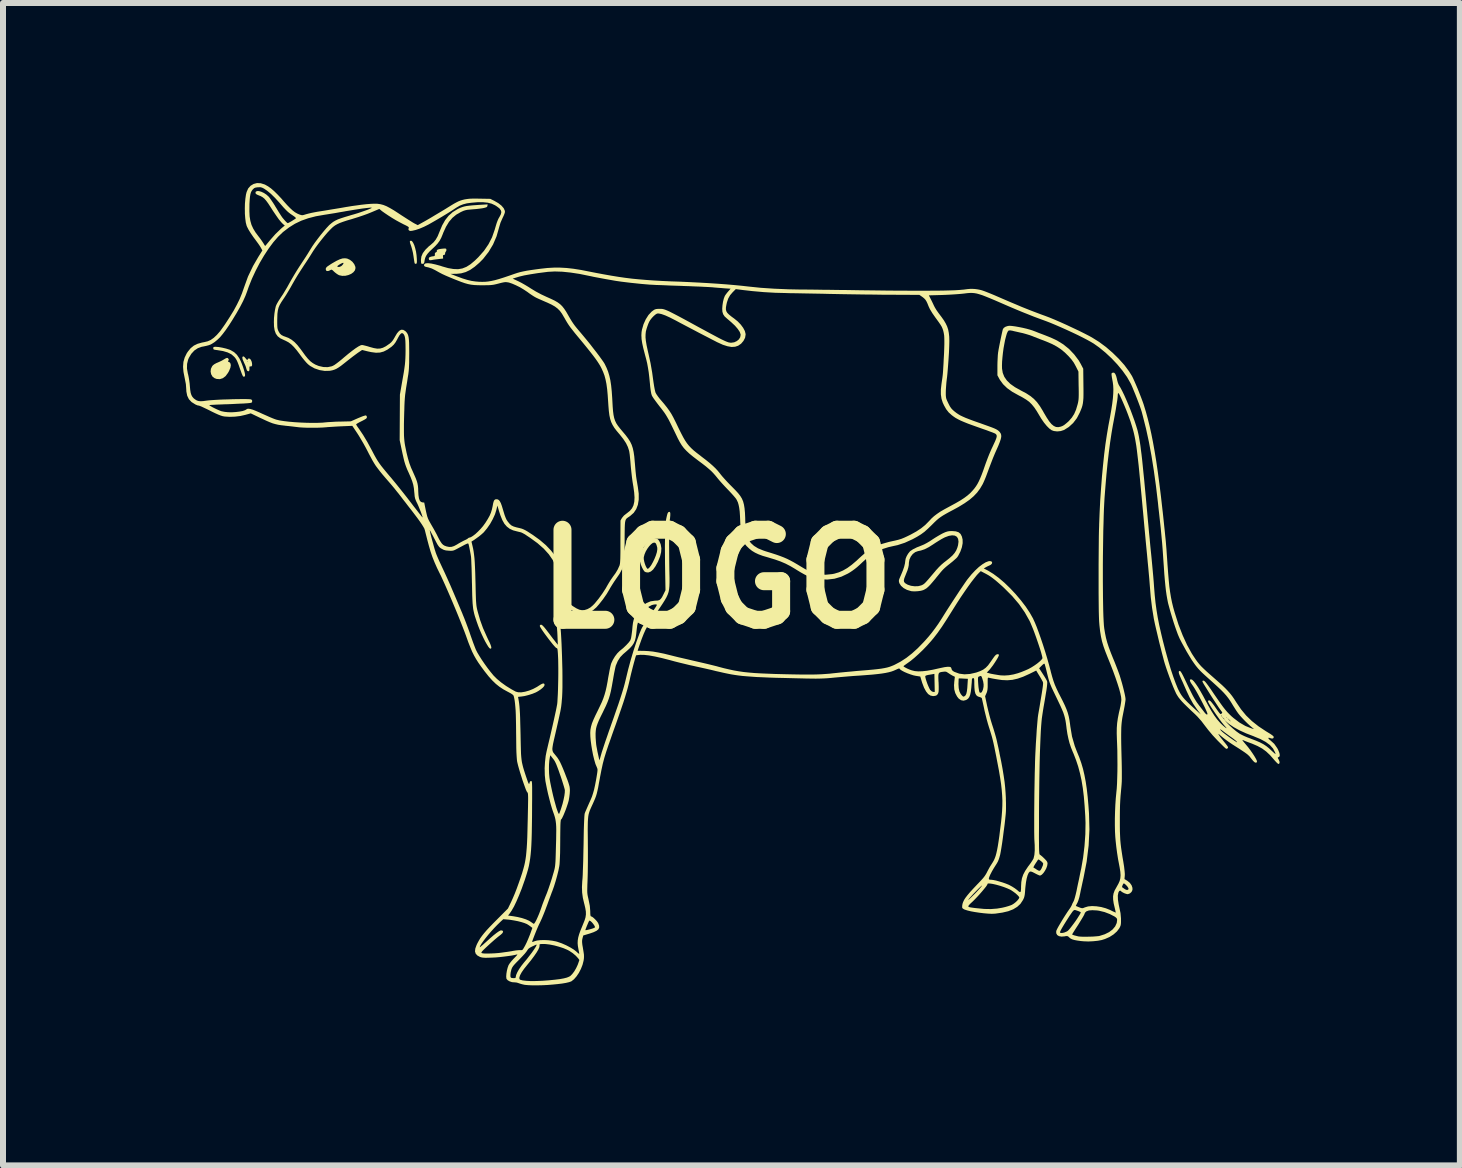
<source format=kicad_pcb>
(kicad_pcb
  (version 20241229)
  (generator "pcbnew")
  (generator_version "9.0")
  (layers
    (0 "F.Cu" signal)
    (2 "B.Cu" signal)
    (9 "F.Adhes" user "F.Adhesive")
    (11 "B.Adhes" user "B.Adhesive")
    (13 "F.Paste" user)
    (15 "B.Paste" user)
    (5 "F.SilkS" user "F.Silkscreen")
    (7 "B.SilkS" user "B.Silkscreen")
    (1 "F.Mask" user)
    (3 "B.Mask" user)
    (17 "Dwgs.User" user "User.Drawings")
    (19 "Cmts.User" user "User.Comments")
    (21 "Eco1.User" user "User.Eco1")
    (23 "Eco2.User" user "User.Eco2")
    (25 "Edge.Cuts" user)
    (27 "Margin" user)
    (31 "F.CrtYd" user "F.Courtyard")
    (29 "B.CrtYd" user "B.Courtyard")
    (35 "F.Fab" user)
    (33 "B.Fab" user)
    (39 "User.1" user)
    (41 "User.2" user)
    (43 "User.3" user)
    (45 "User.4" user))
  (footprint "LOGO"
    (layer "F.Cu")
    (at 8.893 6.598)
    (property "Reference" "LOGO" (at 0 0 0) (layer "F.SilkS") (effects (font (size 1.5 1.5) (thickness 0.3))))
    (attr board_only exclude_from_pos_files exclude_from_bom)
    (fp_poly (pts (xy -5.077 -5.628) (xy -5.059 -5.602) (xy -5.041 -5.563) (xy -5.026 -5.515) (xy -5.012 -5.458) (xy -5.003 -5.397) (xy -4.998 -5.332) (xy -4.998 -5.329) (xy -4.997 -5.291) (xy -4.999 -5.268) (xy -5.004 -5.256) (xy -5.013 -5.252) (xy -5.029 -5.255) (xy -5.034 -5.262) (xy -5.038 -5.277) (xy -5.043 -5.307) (xy -5.049 -5.347) (xy -5.054 -5.382) (xy -5.063 -5.436) (xy -5.076 -5.49) (xy -5.089 -5.536) (xy -5.096 -5.556) (xy -5.11 -5.597) (xy -5.115 -5.622) (xy -5.112 -5.632) (xy -5.095 -5.639)) (stroke (width 0) (type solid)) (fill yes) (layer "F.SilkS"))
    (fp_poly (pts (xy -8.143 -3.678) (xy -8.142 -3.676) (xy -8.131 -3.66) (xy -8.136 -3.642) (xy -8.138 -3.64) (xy -8.145 -3.625) (xy -8.139 -3.62) (xy -8.135 -3.62) (xy -8.119 -3.612) (xy -8.106 -3.598) (xy -8.097 -3.565) (xy -8.104 -3.522) (xy -8.127 -3.466) (xy -8.146 -3.433) (xy -8.185 -3.381) (xy -8.23 -3.347) (xy -8.28 -3.331) (xy -8.332 -3.334) (xy -8.368 -3.347) (xy -8.403 -3.374) (xy -8.425 -3.413) (xy -8.434 -3.457) (xy -8.429 -3.503) (xy -8.409 -3.545) (xy -8.395 -3.562) (xy -8.37 -3.581) (xy -8.337 -3.599) (xy -8.322 -3.605) (xy -8.288 -3.62) (xy -8.246 -3.64) (xy -8.217 -3.657) (xy -8.185 -3.676) (xy -8.166 -3.684) (xy -8.153 -3.685)) (stroke (width 0) (type solid)) (fill yes) (layer "F.SilkS"))
    (fp_poly (pts (xy -7.873 -3.702) (xy -7.855 -3.683) (xy -7.847 -3.673) (xy -7.83 -3.653) (xy -7.821 -3.648) (xy -7.82 -3.652) (xy -7.812 -3.669) (xy -7.803 -3.675) (xy -7.783 -3.673) (xy -7.764 -3.654) (xy -7.75 -3.622) (xy -7.745 -3.6) (xy -7.742 -3.565) (xy -7.75 -3.546) (xy -7.767 -3.542) (xy -7.77 -3.543) (xy -7.782 -3.543) (xy -7.787 -3.533) (xy -7.787 -3.507) (xy -7.787 -3.507) (xy -7.788 -3.479) (xy -7.795 -3.465) (xy -7.802 -3.462) (xy -7.82 -3.467) (xy -7.828 -3.477) (xy -7.837 -3.5) (xy -7.844 -3.525) (xy -7.852 -3.55) (xy -7.867 -3.584) (xy -7.882 -3.617) (xy -7.885 -3.625) (xy -7.82 -3.625) (xy -7.815 -3.62) (xy -7.81 -3.625) (xy -7.815 -3.63) (xy -7.82 -3.625) (xy -7.885 -3.625) (xy -7.901 -3.662) (xy -7.906 -3.692) (xy -7.898 -3.708) (xy -7.887 -3.71)) (stroke (width 0) (type solid)) (fill yes) (layer "F.SilkS"))
    (fp_poly (pts (xy -8.299 -3.866) (xy -8.238 -3.855) (xy -8.175 -3.84) (xy -8.118 -3.822) (xy -8.1 -3.814) (xy -8.043 -3.781) (xy -7.996 -3.737) (xy -7.955 -3.677) (xy -7.934 -3.635) (xy -7.913 -3.585) (xy -7.894 -3.533) (xy -7.878 -3.484) (xy -7.866 -3.44) (xy -7.86 -3.406) (xy -7.861 -3.385) (xy -7.862 -3.382) (xy -7.875 -3.371) (xy -7.88 -3.37) (xy -7.892 -3.377) (xy -7.897 -3.382) (xy -7.904 -3.397) (xy -7.916 -3.425) (xy -7.93 -3.464) (xy -7.945 -3.505) (xy -7.965 -3.563) (xy -7.982 -3.607) (xy -7.996 -3.639) (xy -8.01 -3.664) (xy -8.025 -3.686) (xy -8.042 -3.705) (xy -8.088 -3.745) (xy -8.15 -3.776) (xy -8.228 -3.799) (xy -8.325 -3.815) (xy -8.328 -3.815) (xy -8.362 -3.82) (xy -8.38 -3.825) (xy -8.388 -3.833) (xy -8.39 -3.846) (xy -8.388 -3.862) (xy -8.377 -3.868) (xy -8.351 -3.87) (xy -8.351 -3.87)) (stroke (width 0) (type solid)) (fill yes) (layer "F.SilkS"))
    (fp_poly (pts (xy -4.521 -5.507) (xy -4.51 -5.502) (xy -4.506 -5.494) (xy -4.506 -5.473) (xy -4.512 -5.462) (xy -4.523 -5.444) (xy -4.526 -5.436) (xy -4.528 -5.416) (xy -4.528 -5.412) (xy -4.538 -5.402) (xy -4.548 -5.4) (xy -4.561 -5.396) (xy -4.563 -5.38) (xy -4.562 -5.37) (xy -4.56 -5.349) (xy -4.561 -5.34) (xy -4.561 -5.34) (xy -4.578 -5.338) (xy -4.609 -5.335) (xy -4.648 -5.33) (xy -4.689 -5.325) (xy -4.725 -5.32) (xy -4.751 -5.315) (xy -4.757 -5.314) (xy -4.782 -5.312) (xy -4.794 -5.32) (xy -4.796 -5.324) (xy -4.799 -5.348) (xy -4.785 -5.364) (xy -4.753 -5.374) (xy -4.742 -5.376) (xy -4.713 -5.38) (xy -4.7 -5.387) (xy -4.697 -5.398) (xy -4.698 -5.41) (xy -4.697 -5.431) (xy -4.685 -5.442) (xy -4.681 -5.443) (xy -4.666 -5.453) (xy -4.665 -5.462) (xy -4.665 -5.478) (xy -4.649 -5.491) (xy -4.616 -5.499) (xy -4.579 -5.504) (xy -4.543 -5.507)) (stroke (width 0) (type solid)) (fill yes) (layer "F.SilkS"))
    (fp_poly (pts (xy -6.159 -5.34) (xy -6.113 -5.319) (xy -6.072 -5.287) (xy -6.041 -5.247) (xy -6.023 -5.205) (xy -6.02 -5.182) (xy -6.029 -5.145) (xy -6.055 -5.112) (xy -6.092 -5.085) (xy -6.139 -5.065) (xy -6.19 -5.053) (xy -6.242 -5.052) (xy -6.291 -5.062) (xy -6.3 -5.066) (xy -6.327 -5.082) (xy -6.359 -5.106) (xy -6.376 -5.121) (xy -6.4 -5.144) (xy -6.415 -5.154) (xy -6.427 -5.154) (xy -6.442 -5.146) (xy -6.443 -5.145) (xy -6.469 -5.134) (xy -6.492 -5.132) (xy -6.509 -5.139) (xy -6.515 -5.157) (xy -6.515 -5.165) (xy -6.514 -5.178) (xy -6.507 -5.19) (xy -6.494 -5.204) (xy -6.486 -5.21) (xy -6.325 -5.21) (xy -6.309 -5.2) (xy -6.284 -5.202) (xy -6.258 -5.214) (xy -6.245 -5.225) (xy -6.227 -5.246) (xy -6.22 -5.262) (xy -6.224 -5.27) (xy -6.225 -5.27) (xy -6.241 -5.265) (xy -6.264 -5.254) (xy -6.29 -5.239) (xy -6.311 -5.224) (xy -6.324 -5.213) (xy -6.325 -5.21) (xy -6.486 -5.21) (xy -6.47 -5.221) (xy -6.434 -5.245) (xy -6.407 -5.262) (xy -6.339 -5.301) (xy -6.284 -5.327) (xy -6.237 -5.342) (xy -6.195 -5.345)) (stroke (width 0) (type solid)) (fill yes) (layer "F.SilkS"))
    (fp_poly (pts (xy -3.822 -6.219) (xy -3.827 -6.204) (xy -3.841 -6.194) (xy -3.869 -6.186) (xy -3.88 -6.183) (xy -3.912 -6.177) (xy -3.958 -6.171) (xy -4.011 -6.165) (xy -4.062 -6.161) (xy -4.117 -6.156) (xy -4.158 -6.152) (xy -4.19 -6.145) (xy -4.219 -6.136) (xy -4.25 -6.122) (xy -4.267 -6.114) (xy -4.342 -6.071) (xy -4.407 -6.017) (xy -4.463 -5.951) (xy -4.512 -5.87) (xy -4.557 -5.772) (xy -4.565 -5.75) (xy -4.591 -5.687) (xy -4.619 -5.635) (xy -4.653 -5.589) (xy -4.697 -5.542) (xy -4.734 -5.507) (xy -4.784 -5.46) (xy -4.82 -5.42) (xy -4.844 -5.385) (xy -4.859 -5.351) (xy -4.868 -5.315) (xy -4.869 -5.307) (xy -4.874 -5.275) (xy -4.882 -5.259) (xy -4.894 -5.252) (xy -4.895 -5.252) (xy -4.915 -5.253) (xy -4.923 -5.256) (xy -4.927 -5.27) (xy -4.929 -5.296) (xy -4.93 -5.317) (xy -4.922 -5.375) (xy -4.898 -5.431) (xy -4.856 -5.487) (xy -4.797 -5.545) (xy -4.765 -5.57) (xy -4.72 -5.61) (xy -4.683 -5.656) (xy -4.651 -5.712) (xy -4.622 -5.783) (xy -4.62 -5.788) (xy -4.576 -5.893) (xy -4.526 -5.981) (xy -4.468 -6.054) (xy -4.401 -6.114) (xy -4.321 -6.163) (xy -4.309 -6.169) (xy -4.275 -6.185) (xy -4.243 -6.197) (xy -4.21 -6.207) (xy -4.172 -6.215) (xy -4.125 -6.221) (xy -4.067 -6.227) (xy -3.995 -6.232) (xy -3.937 -6.236) (xy -3.818 -6.243)) (stroke (width 0) (type solid)) (fill yes) (layer "F.SilkS"))
    (fp_poly (pts (xy -0.996 -0.672) (xy -0.978 -0.659) (xy -0.975 -0.656) (xy -0.959 -0.633) (xy -0.943 -0.599) (xy -0.934 -0.574) (xy -0.924 -0.513) (xy -0.928 -0.448) (xy -0.946 -0.376) (xy -0.979 -0.294) (xy -0.984 -0.283) (xy -1.023 -0.212) (xy -1.061 -0.159) (xy -1.099 -0.126) (xy -1.137 -0.111) (xy -1.149 -0.11) (xy -1.181 -0.114) (xy -1.204 -0.125) (xy -1.205 -0.126) (xy -1.226 -0.155) (xy -1.248 -0.197) (xy -1.267 -0.245) (xy -1.28 -0.293) (xy -1.282 -0.3) (xy -1.285 -0.356) (xy -1.284 -0.364) (xy -1.217 -0.364) (xy -1.217 -0.333) (xy -1.21 -0.295) (xy -1.199 -0.255) (xy -1.185 -0.218) (xy -1.17 -0.189) (xy -1.156 -0.172) (xy -1.15 -0.17) (xy -1.139 -0.177) (xy -1.121 -0.194) (xy -1.114 -0.203) (xy -1.09 -0.237) (xy -1.064 -0.284) (xy -1.038 -0.338) (xy -1.016 -0.392) (xy -1.001 -0.44) (xy -0.998 -0.452) (xy -0.992 -0.491) (xy -0.992 -0.522) (xy -1.001 -0.556) (xy -1.001 -0.557) (xy -1.012 -0.587) (xy -1.024 -0.602) (xy -1.041 -0.608) (xy -1.041 -0.608) (xy -1.067 -0.602) (xy -1.096 -0.58) (xy -1.127 -0.547) (xy -1.157 -0.506) (xy -1.184 -0.46) (xy -1.204 -0.413) (xy -1.216 -0.368) (xy -1.217 -0.364) (xy -1.284 -0.364) (xy -1.276 -0.412) (xy -1.253 -0.472) (xy -1.222 -0.53) (xy -1.175 -0.595) (xy -1.126 -0.641) (xy -1.074 -0.668) (xy -1.047 -0.674) (xy -1.016 -0.676)) (stroke (width 0) (type solid)) (fill yes) (layer "F.SilkS"))
    (fp_poly (pts (xy 3.982 -0.795) (xy 4.028 -0.78) (xy 4.061 -0.752) (xy 4.083 -0.709) (xy 4.095 -0.659) (xy 4.096 -0.598) (xy 4.083 -0.529) (xy 4.058 -0.458) (xy 4.023 -0.39) (xy 4.008 -0.367) (xy 3.993 -0.35) (xy 3.965 -0.325) (xy 3.93 -0.294) (xy 3.889 -0.261) (xy 3.887 -0.259) (xy 3.85 -0.23) (xy 3.821 -0.206) (xy 3.798 -0.186) (xy 3.776 -0.165) (xy 3.754 -0.142) (xy 3.729 -0.113) (xy 3.698 -0.075) (xy 3.657 -0.025) (xy 3.643 -0.007) (xy 3.594 0.051) (xy 3.555 0.096) (xy 3.522 0.129) (xy 3.493 0.154) (xy 3.465 0.171) (xy 3.439 0.184) (xy 3.4 0.195) (xy 3.35 0.202) (xy 3.297 0.205) (xy 3.25 0.203) (xy 3.234 0.2) (xy 3.168 0.18) (xy 3.112 0.15) (xy 3.069 0.112) (xy 3.042 0.07) (xy 3.039 0.06) (xy 3.034 0.041) (xy 3.034 0.024) (xy 3.034 0.021) (xy 3.116 0.021) (xy 3.12 0.047) (xy 3.136 0.067) (xy 3.166 0.086) (xy 3.181 0.094) (xy 3.235 0.112) (xy 3.296 0.12) (xy 3.357 0.118) (xy 3.407 0.105) (xy 3.425 0.097) (xy 3.441 0.088) (xy 3.457 0.076) (xy 3.475 0.059) (xy 3.498 0.034) (xy 3.528 0.000173) (xy 3.567 -0.046) (xy 3.601 -0.086) (xy 3.654 -0.149) (xy 3.7 -0.199) (xy 3.742 -0.24) (xy 3.784 -0.276) (xy 3.813 -0.298) (xy 3.877 -0.349) (xy 3.926 -0.393) (xy 3.962 -0.435) (xy 3.989 -0.478) (xy 4.008 -0.525) (xy 4.019 -0.564) (xy 4.027 -0.623) (xy 4.02 -0.67) (xy 4 -0.704) (xy 3.966 -0.724) (xy 3.921 -0.729) (xy 3.866 -0.72) (xy 3.801 -0.696) (xy 3.781 -0.686) (xy 3.742 -0.665) (xy 3.694 -0.636) (xy 3.643 -0.604) (xy 3.601 -0.576) (xy 3.528 -0.53) (xy 3.463 -0.497) (xy 3.401 -0.476) (xy 3.35 -0.465) (xy 3.306 -0.449) (xy 3.265 -0.418) (xy 3.232 -0.375) (xy 3.209 -0.325) (xy 3.2 -0.272) (xy 3.2 -0.269) (xy 3.198 -0.231) (xy 3.19 -0.191) (xy 3.176 -0.144) (xy 3.153 -0.087) (xy 3.143 -0.062) (xy 3.124 -0.014) (xy 3.116 0.021) (xy 3.034 0.021) (xy 3.039 0.002) (xy 3.051 -0.027) (xy 3.068 -0.066) (xy 3.098 -0.138) (xy 3.121 -0.204) (xy 3.135 -0.262) (xy 3.14 -0.305) (xy 3.146 -0.34) (xy 3.163 -0.382) (xy 3.187 -0.423) (xy 3.214 -0.457) (xy 3.223 -0.466) (xy 3.268 -0.496) (xy 3.332 -0.528) (xy 3.415 -0.561) (xy 3.42 -0.563) (xy 3.455 -0.578) (xy 3.5 -0.602) (xy 3.549 -0.631) (xy 3.585 -0.655) (xy 3.634 -0.687) (xy 3.687 -0.719) (xy 3.736 -0.747) (xy 3.764 -0.762) (xy 3.806 -0.781) (xy 3.839 -0.792) (xy 3.87 -0.798) (xy 3.906 -0.8) (xy 3.919 -0.8)) (stroke (width 0) (type solid)) (fill yes) (layer "F.SilkS"))
    (fp_poly (pts (xy 4.918 -4.217) (xy 4.971 -4.21) (xy 5.033 -4.199) (xy 5.098 -4.186) (xy 5.162 -4.171) (xy 5.219 -4.155) (xy 5.263 -4.141) (xy 5.27 -4.138) (xy 5.31 -4.123) (xy 5.362 -4.102) (xy 5.418 -4.081) (xy 5.465 -4.063) (xy 5.521 -4.041) (xy 5.58 -4.016) (xy 5.635 -3.991) (xy 5.67 -3.974) (xy 5.772 -3.911) (xy 5.869 -3.833) (xy 5.955 -3.742) (xy 6.029 -3.644) (xy 6.062 -3.587) (xy 6.105 -3.505) (xy 6.108 -3.239) (xy 6.109 -3.149) (xy 6.109 -3.076) (xy 6.108 -3.017) (xy 6.104 -2.969) (xy 6.099 -2.928) (xy 6.091 -2.89) (xy 6.08 -2.854) (xy 6.065 -2.816) (xy 6.048 -2.775) (xy 5.999 -2.681) (xy 5.937 -2.6) (xy 5.865 -2.534) (xy 5.785 -2.484) (xy 5.73 -2.466) (xy 5.671 -2.46) (xy 5.615 -2.467) (xy 5.579 -2.48) (xy 5.54 -2.508) (xy 5.497 -2.551) (xy 5.451 -2.607) (xy 5.406 -2.672) (xy 5.376 -2.722) (xy 5.33 -2.799) (xy 5.289 -2.86) (xy 5.248 -2.91) (xy 5.205 -2.953) (xy 5.154 -2.99) (xy 5.093 -3.027) (xy 5.025 -3.063) (xy 4.921 -3.121) (xy 4.836 -3.182) (xy 4.769 -3.247) (xy 4.717 -3.318) (xy 4.708 -3.334) (xy 4.675 -3.395) (xy 4.675 -3.55) (xy 4.675 -3.559) (xy 4.751 -3.559) (xy 4.752 -3.507) (xy 4.764 -3.435) (xy 4.79 -3.37) (xy 4.832 -3.309) (xy 4.89 -3.252) (xy 4.966 -3.198) (xy 5.061 -3.145) (xy 5.07 -3.14) (xy 5.155 -3.095) (xy 5.224 -3.05) (xy 5.283 -3.002) (xy 5.335 -2.947) (xy 5.384 -2.88) (xy 5.433 -2.8) (xy 5.447 -2.774) (xy 5.495 -2.693) (xy 5.537 -2.629) (xy 5.576 -2.582) (xy 5.614 -2.551) (xy 5.651 -2.534) (xy 5.69 -2.531) (xy 5.732 -2.54) (xy 5.758 -2.55) (xy 5.786 -2.566) (xy 5.82 -2.593) (xy 5.856 -2.624) (xy 5.866 -2.634) (xy 5.915 -2.69) (xy 5.954 -2.751) (xy 5.985 -2.822) (xy 6.01 -2.907) (xy 6.011 -2.91) (xy 6.018 -2.938) (xy 6.023 -2.965) (xy 6.027 -2.994) (xy 6.029 -3.028) (xy 6.03 -3.07) (xy 6.03 -3.124) (xy 6.029 -3.193) (xy 6.028 -3.225) (xy 6.025 -3.457) (xy 5.981 -3.545) (xy 5.948 -3.605) (xy 5.909 -3.659) (xy 5.861 -3.713) (xy 5.797 -3.776) (xy 5.733 -3.829) (xy 5.664 -3.874) (xy 5.588 -3.915) (xy 5.498 -3.954) (xy 5.445 -3.975) (xy 5.391 -3.995) (xy 5.334 -4.017) (xy 5.281 -4.038) (xy 5.262 -4.046) (xy 5.213 -4.064) (xy 5.154 -4.082) (xy 5.097 -4.098) (xy 5.082 -4.101) (xy 5.033 -4.112) (xy 4.985 -4.123) (xy 4.944 -4.132) (xy 4.931 -4.136) (xy 4.89 -4.143) (xy 4.864 -4.142) (xy 4.861 -4.14) (xy 4.847 -4.124) (xy 4.832 -4.09) (xy 4.818 -4.042) (xy 4.803 -3.984) (xy 4.79 -3.916) (xy 4.777 -3.844) (xy 4.767 -3.769) (xy 4.759 -3.694) (xy 4.753 -3.623) (xy 4.751 -3.559) (xy 4.675 -3.559) (xy 4.676 -3.612) (xy 4.679 -3.675) (xy 4.682 -3.733) (xy 4.687 -3.779) (xy 4.689 -3.789) (xy 4.695 -3.826) (xy 4.704 -3.874) (xy 4.715 -3.93) (xy 4.727 -3.988) (xy 4.739 -4.045) (xy 4.75 -4.096) (xy 4.759 -4.136) (xy 4.766 -4.162) (xy 4.766 -4.163) (xy 4.782 -4.186) (xy 4.812 -4.205) (xy 4.85 -4.217) (xy 4.879 -4.22)) (stroke (width 0) (type solid)) (fill yes) (layer "F.SilkS"))
    (fp_poly (pts (xy -7.599 -6.595) (xy -7.535 -6.575) (xy -7.524 -6.57) (xy -7.476 -6.543) (xy -7.427 -6.508) (xy -7.375 -6.463) (xy -7.318 -6.407) (xy -7.253 -6.338) (xy -7.217 -6.296) (xy -7.159 -6.231) (xy -7.11 -6.181) (xy -7.068 -6.142) (xy -7.029 -6.112) (xy -6.991 -6.09) (xy -6.954 -6.074) (xy -6.929 -6.066) (xy -6.91 -6.062) (xy -6.889 -6.065) (xy -6.858 -6.074) (xy -6.842 -6.079) (xy -6.804 -6.089) (xy -6.754 -6.101) (xy -6.698 -6.112) (xy -6.655 -6.12) (xy -6.534 -6.139) (xy -6.428 -6.157) (xy -6.335 -6.172) (xy -6.251 -6.186) (xy -6.172 -6.2) (xy -6.145 -6.204) (xy -6.08 -6.215) (xy -6.005 -6.225) (xy -5.927 -6.236) (xy -5.856 -6.244) (xy -5.848 -6.245) (xy -5.775 -6.251) (xy -5.712 -6.254) (xy -5.656 -6.253) (xy -5.605 -6.246) (xy -5.555 -6.233) (xy -5.503 -6.212) (xy -5.446 -6.182) (xy -5.381 -6.144) (xy -5.304 -6.094) (xy -5.259 -6.064) (xy -5.203 -6.028) (xy -5.15 -5.994) (xy -5.102 -5.964) (xy -5.064 -5.94) (xy -5.038 -5.925) (xy -5.038 -5.925) (xy -4.983 -5.897) (xy -4.929 -5.927) (xy -4.857 -5.967) (xy -4.774 -6.015) (xy -4.686 -6.068) (xy -4.597 -6.121) (xy -4.514 -6.171) (xy -4.5 -6.18) (xy -4.434 -6.221) (xy -4.381 -6.253) (xy -4.339 -6.276) (xy -4.303 -6.294) (xy -4.272 -6.306) (xy -4.241 -6.316) (xy -4.208 -6.324) (xy -4.2 -6.326) (xy -4.162 -6.332) (xy -4.119 -6.337) (xy -4.066 -6.339) (xy -4.001 -6.339) (xy -3.95 -6.338) (xy -3.774 -6.335) (xy -3.706 -6.301) (xy -3.64 -6.263) (xy -3.588 -6.222) (xy -3.551 -6.179) (xy -3.532 -6.137) (xy -3.53 -6.116) (xy -3.535 -6.096) (xy -3.547 -6.064) (xy -3.564 -6.027) (xy -3.571 -6.013) (xy -3.604 -5.938) (xy -3.628 -5.858) (xy -3.63 -5.85) (xy -3.67 -5.71) (xy -3.728 -5.575) (xy -3.803 -5.45) (xy -3.893 -5.335) (xy -3.957 -5.27) (xy -4.036 -5.202) (xy -4.111 -5.15) (xy -4.184 -5.115) (xy -4.259 -5.094) (xy -4.337 -5.086) (xy -4.347 -5.086) (xy -4.438 -5.085) (xy -4.327 -5.042) (xy -4.237 -5.009) (xy -4.159 -4.985) (xy -4.088 -4.968) (xy -4.018 -4.958) (xy -3.96 -4.953) (xy -3.908 -4.952) (xy -3.859 -4.953) (xy -3.809 -4.958) (xy -3.756 -4.967) (xy -3.697 -4.98) (xy -3.629 -4.999) (xy -3.55 -5.024) (xy -3.458 -5.055) (xy -3.375 -5.084) (xy -3.327 -5.1) (xy -3.278 -5.114) (xy -3.225 -5.126) (xy -3.164 -5.138) (xy -3.093 -5.149) (xy -3.007 -5.161) (xy -2.94 -5.17) (xy -2.824 -5.183) (xy -2.716 -5.189) (xy -2.609 -5.189) (xy -2.501 -5.183) (xy -2.387 -5.17) (xy -2.261 -5.15) (xy -2.16 -5.13) (xy -2.012 -5.101) (xy -1.878 -5.076) (xy -1.753 -5.054) (xy -1.636 -5.035) (xy -1.524 -5.019) (xy -1.412 -5.005) (xy -1.298 -4.994) (xy -1.179 -4.984) (xy -1.053 -4.975) (xy -0.914 -4.967) (xy -0.762 -4.96) (xy -0.615 -4.955) (xy -0.459 -4.948) (xy -0.301 -4.94) (xy -0.142 -4.931) (xy 0.012 -4.921) (xy 0.16 -4.91) (xy 0.298 -4.898) (xy 0.421 -4.886) (xy 0.518 -4.875) (xy 0.731 -4.853) (xy 0.955 -4.838) (xy 1.193 -4.828) (xy 1.39 -4.824) (xy 1.461 -4.824) (xy 1.55 -4.823) (xy 1.652 -4.822) (xy 1.766 -4.82) (xy 1.888 -4.819) (xy 2.015 -4.817) (xy 2.145 -4.816) (xy 2.273 -4.814) (xy 2.39 -4.812) (xy 2.645 -4.809) (xy 2.879 -4.806) (xy 3.094 -4.805) (xy 3.289 -4.804) (xy 3.464 -4.804) (xy 3.62 -4.805) (xy 3.755 -4.806) (xy 3.871 -4.809) (xy 3.968 -4.812) (xy 4.045 -4.817) (xy 4.102 -4.822) (xy 4.114 -4.823) (xy 4.175 -4.831) (xy 4.222 -4.835) (xy 4.261 -4.835) (xy 4.299 -4.833) (xy 4.323 -4.83) (xy 4.35 -4.826) (xy 4.376 -4.821) (xy 4.402 -4.815) (xy 4.431 -4.806) (xy 4.465 -4.794) (xy 4.506 -4.778) (xy 4.556 -4.758) (xy 4.619 -4.732) (xy 4.695 -4.699) (xy 4.785 -4.66) (xy 4.897 -4.612) (xy 4.995 -4.571) (xy 5.082 -4.534) (xy 5.162 -4.502) (xy 5.24 -4.471) (xy 5.319 -4.441) (xy 5.404 -4.409) (xy 5.47 -4.385) (xy 5.544 -4.357) (xy 5.631 -4.321) (xy 5.728 -4.279) (xy 5.83 -4.233) (xy 5.932 -4.185) (xy 6.032 -4.138) (xy 6.124 -4.092) (xy 6.204 -4.051) (xy 6.251 -4.025) (xy 6.368 -3.952) (xy 6.484 -3.866) (xy 6.594 -3.771) (xy 6.697 -3.67) (xy 6.79 -3.566) (xy 6.868 -3.461) (xy 6.917 -3.383) (xy 6.935 -3.347) (xy 6.958 -3.296) (xy 6.985 -3.234) (xy 7.014 -3.166) (xy 7.042 -3.095) (xy 7.069 -3.026) (xy 7.093 -2.962) (xy 7.112 -2.908) (xy 7.113 -2.904) (xy 7.147 -2.793) (xy 7.179 -2.677) (xy 7.21 -2.553) (xy 7.239 -2.422) (xy 7.267 -2.281) (xy 7.294 -2.13) (xy 7.321 -1.965) (xy 7.347 -1.787) (xy 7.373 -1.593) (xy 7.399 -1.383) (xy 7.425 -1.154) (xy 7.43 -1.112) (xy 7.443 -0.99) (xy 7.454 -0.884) (xy 7.464 -0.792) (xy 7.472 -0.71) (xy 7.48 -0.634) (xy 7.486 -0.561) (xy 7.492 -0.489) (xy 7.497 -0.413) (xy 7.503 -0.33) (xy 7.509 -0.237) (xy 7.51 -0.225) (xy 7.52 -0.092) (xy 7.53 0.025) (xy 7.54 0.128) (xy 7.553 0.22) (xy 7.567 0.306) (xy 7.584 0.389) (xy 7.604 0.471) (xy 7.628 0.556) (xy 7.631 0.566) (xy 7.692 0.758) (xy 7.761 0.936) (xy 7.835 1.098) (xy 7.915 1.243) (xy 7.949 1.295) (xy 7.979 1.34) (xy 8.008 1.38) (xy 8.038 1.417) (xy 8.072 1.455) (xy 8.113 1.495) (xy 8.162 1.541) (xy 8.222 1.594) (xy 8.279 1.644) (xy 8.355 1.711) (xy 8.418 1.767) (xy 8.47 1.817) (xy 8.513 1.862) (xy 8.551 1.905) (xy 8.585 1.948) (xy 8.617 1.994) (xy 8.651 2.047) (xy 8.656 2.055) (xy 8.734 2.17) (xy 8.819 2.273) (xy 8.915 2.366) (xy 9.025 2.453) (xy 9.15 2.536) (xy 9.173 2.55) (xy 9.224 2.581) (xy 9.258 2.605) (xy 9.276 2.623) (xy 9.28 2.632) (xy 9.272 2.651) (xy 9.252 2.658) (xy 9.223 2.651) (xy 9.223 2.651) (xy 9.199 2.643) (xy 9.189 2.647) (xy 9.193 2.66) (xy 9.212 2.679) (xy 9.224 2.688) (xy 9.287 2.745) (xy 9.338 2.818) (xy 9.355 2.851) (xy 9.374 2.9) (xy 9.38 2.936) (xy 9.373 2.959) (xy 9.36 2.967) (xy 9.349 2.971) (xy 9.346 2.979) (xy 9.354 2.995) (xy 9.362 3.009) (xy 9.375 3.041) (xy 9.376 3.065) (xy 9.365 3.079) (xy 9.356 3.08) (xy 9.344 3.073) (xy 9.323 3.053) (xy 9.296 3.024) (xy 9.281 3.006) (xy 9.216 2.932) (xy 9.152 2.872) (xy 9.085 2.823) (xy 9.008 2.781) (xy 8.918 2.742) (xy 8.885 2.73) (xy 8.842 2.714) (xy 8.803 2.699) (xy 8.775 2.687) (xy 8.766 2.683) (xy 8.757 2.68) (xy 8.759 2.687) (xy 8.772 2.706) (xy 8.798 2.737) (xy 8.814 2.756) (xy 8.851 2.8) (xy 8.888 2.849) (xy 8.923 2.899) (xy 8.954 2.946) (xy 8.978 2.987) (xy 8.995 3.02) (xy 9 3.04) (xy 8.994 3.056) (xy 8.977 3.059) (xy 8.96 3.052) (xy 8.936 3.03) (xy 8.905 2.992) (xy 8.905 2.992) (xy 8.89 2.973) (xy 8.877 2.956) (xy 8.862 2.941) (xy 8.845 2.925) (xy 8.822 2.907) (xy 8.793 2.886) (xy 8.754 2.86) (xy 8.704 2.827) (xy 8.641 2.787) (xy 8.585 2.751) (xy 8.535 2.717) (xy 8.486 2.682) (xy 8.441 2.648) (xy 8.408 2.621) (xy 8.408 2.621) (xy 8.378 2.595) (xy 8.362 2.581) (xy 8.357 2.58) (xy 8.36 2.589) (xy 8.366 2.598) (xy 8.381 2.622) (xy 8.406 2.654) (xy 8.434 2.689) (xy 8.44 2.697) (xy 8.476 2.741) (xy 8.5 2.772) (xy 8.514 2.793) (xy 8.518 2.807) (xy 8.515 2.816) (xy 8.51 2.82) (xy 8.499 2.827) (xy 8.489 2.828) (xy 8.477 2.821) (xy 8.458 2.804) (xy 8.435 2.782) (xy 8.344 2.691) (xy 8.26 2.601) (xy 8.188 2.515) (xy 8.181 2.506) (xy 8.386 2.506) (xy 8.397 2.521) (xy 8.422 2.545) (xy 8.435 2.556) (xy 8.46 2.576) (xy 8.493 2.601) (xy 8.531 2.629) (xy 8.57 2.657) (xy 8.608 2.683) (xy 8.639 2.703) (xy 8.661 2.717) (xy 8.669 2.72) (xy 8.666 2.714) (xy 8.656 2.701) (xy 8.641 2.688) (xy 8.614 2.666) (xy 8.579 2.64) (xy 8.557 2.625) (xy 8.516 2.595) (xy 8.476 2.566) (xy 8.443 2.541) (xy 8.432 2.532) (xy 8.403 2.511) (xy 8.388 2.503) (xy 8.386 2.506) (xy 8.181 2.506) (xy 8.13 2.44) (xy 8.073 2.365) (xy 8.008 2.292) (xy 7.966 2.25) (xy 7.893 2.182) (xy 7.833 2.124) (xy 7.785 2.077) (xy 7.747 2.037) (xy 7.717 2.002) (xy 7.693 1.972) (xy 7.674 1.943) (xy 7.657 1.915) (xy 7.652 1.905) (xy 7.63 1.857) (xy 7.603 1.794) (xy 7.574 1.72) (xy 7.544 1.641) (xy 7.515 1.561) (xy 7.488 1.483) (xy 7.465 1.412) (xy 7.451 1.365) (xy 7.436 1.306) (xy 7.417 1.235) (xy 7.397 1.155) (xy 7.375 1.069) (xy 7.354 0.981) (xy 7.334 0.896) (xy 7.315 0.816) (xy 7.299 0.746) (xy 7.287 0.689) (xy 7.281 0.66) (xy 7.252 0.482) (xy 7.23 0.301) (xy 7.22 0.18) (xy 7.216 0.132) (xy 7.211 0.068) (xy 7.205 -0.009) (xy 7.197 -0.095) (xy 7.189 -0.185) (xy 7.18 -0.276) (xy 7.175 -0.33) (xy 7.167 -0.417) (xy 7.157 -0.519) (xy 7.146 -0.633) (xy 7.135 -0.755) (xy 7.123 -0.88) (xy 7.112 -1.004) (xy 7.101 -1.123) (xy 7.095 -1.185) (xy 7.079 -1.361) (xy 7.064 -1.519) (xy 7.051 -1.659) (xy 7.039 -1.784) (xy 7.028 -1.894) (xy 7.017 -1.992) (xy 7.007 -2.077) (xy 6.998 -2.153) (xy 6.989 -2.22) (xy 6.979 -2.279) (xy 6.97 -2.332) (xy 6.96 -2.381) (xy 6.95 -2.426) (xy 6.939 -2.47) (xy 6.927 -2.513) (xy 6.914 -2.557) (xy 6.909 -2.572) (xy 6.892 -2.627) (xy 6.87 -2.688) (xy 6.846 -2.753) (xy 6.82 -2.82) (xy 6.793 -2.885) (xy 6.767 -2.946) (xy 6.743 -3) (xy 6.722 -3.045) (xy 6.705 -3.079) (xy 6.693 -3.097) (xy 6.689 -3.1) (xy 6.683 -3.091) (xy 6.68 -3.069) (xy 6.68 -3.062) (xy 6.678 -3.031) (xy 6.672 -2.98) (xy 6.661 -2.913) (xy 6.648 -2.829) (xy 6.63 -2.73) (xy 6.609 -2.617) (xy 6.599 -2.565) (xy 6.576 -2.43) (xy 6.553 -2.277) (xy 6.531 -2.109) (xy 6.51 -1.928) (xy 6.491 -1.736) (xy 6.474 -1.535) (xy 6.46 -1.355) (xy 6.455 -1.268) (xy 6.45 -1.168) (xy 6.446 -1.056) (xy 6.443 -0.934) (xy 6.439 -0.804) (xy 6.437 -0.667) (xy 6.435 -0.527) (xy 6.433 -0.384) (xy 6.432 -0.241) (xy 6.432 -0.099) (xy 6.432 0.04) (xy 6.433 0.174) (xy 6.434 0.301) (xy 6.436 0.419) (xy 6.438 0.527) (xy 6.441 0.622) (xy 6.445 0.703) (xy 6.449 0.768) (xy 6.454 0.814) (xy 6.454 0.816) (xy 6.468 0.901) (xy 6.484 0.98) (xy 6.505 1.058) (xy 6.532 1.14) (xy 6.566 1.231) (xy 6.599 1.313) (xy 6.626 1.378) (xy 6.652 1.444) (xy 6.676 1.506) (xy 6.696 1.56) (xy 6.71 1.6) (xy 6.711 1.601) (xy 6.73 1.664) (xy 6.75 1.732) (xy 6.768 1.799) (xy 6.784 1.864) (xy 6.797 1.921) (xy 6.806 1.967) (xy 6.81 1.999) (xy 6.81 2.003) (xy 6.808 2.027) (xy 6.802 2.066) (xy 6.794 2.116) (xy 6.783 2.174) (xy 6.774 2.22) (xy 6.765 2.266) (xy 6.757 2.307) (xy 6.751 2.346) (xy 6.746 2.385) (xy 6.742 2.427) (xy 6.739 2.472) (xy 6.738 2.524) (xy 6.737 2.585) (xy 6.737 2.656) (xy 6.738 2.739) (xy 6.74 2.837) (xy 6.743 2.952) (xy 6.745 3.025) (xy 6.747 3.121) (xy 6.748 3.201) (xy 6.748 3.267) (xy 6.748 3.324) (xy 6.747 3.374) (xy 6.744 3.421) (xy 6.74 3.469) (xy 6.735 3.522) (xy 6.734 3.535) (xy 6.727 3.609) (xy 6.722 3.684) (xy 6.718 3.765) (xy 6.716 3.857) (xy 6.715 3.962) (xy 6.715 4.015) (xy 6.715 4.116) (xy 6.716 4.202) (xy 6.719 4.277) (xy 6.722 4.344) (xy 6.728 4.41) (xy 6.736 4.477) (xy 6.747 4.551) (xy 6.76 4.636) (xy 6.772 4.705) (xy 6.786 4.794) (xy 6.794 4.864) (xy 6.798 4.915) (xy 6.797 4.942) (xy 6.792 4.998) (xy 6.842 5.029) (xy 6.882 5.062) (xy 6.911 5.103) (xy 6.925 5.145) (xy 6.925 5.18) (xy 6.91 5.212) (xy 6.883 5.237) (xy 6.851 5.249) (xy 6.843 5.25) (xy 6.82 5.245) (xy 6.789 5.234) (xy 6.76 5.219) (xy 6.739 5.205) (xy 6.735 5.2) (xy 6.721 5.19) (xy 6.705 5.197) (xy 6.692 5.22) (xy 6.691 5.221) (xy 6.681 5.273) (xy 6.683 5.341) (xy 6.696 5.423) (xy 6.706 5.47) (xy 6.726 5.565) (xy 6.734 5.655) (xy 6.734 5.67) (xy 6.734 5.716) (xy 6.732 5.748) (xy 6.727 5.773) (xy 6.717 5.797) (xy 6.706 5.818) (xy 6.667 5.87) (xy 6.611 5.92) (xy 6.544 5.963) (xy 6.467 5.997) (xy 6.413 6.014) (xy 6.349 6.026) (xy 6.272 6.034) (xy 6.191 6.038) (xy 6.112 6.035) (xy 6.065 6.031) (xy 6.002 6.022) (xy 5.955 6.013) (xy 5.92 6.002) (xy 5.894 5.989) (xy 5.873 5.972) (xy 5.872 5.971) (xy 5.855 5.955) (xy 5.839 5.948) (xy 5.818 5.948) (xy 5.793 5.953) (xy 5.742 5.957) (xy 5.7 5.949) (xy 5.67 5.93) (xy 5.666 5.921) (xy 5.92 5.921) (xy 5.929 5.927) (xy 5.954 5.936) (xy 5.989 5.945) (xy 6.025 5.954) (xy 6.055 5.957) (xy 6.1 5.959) (xy 6.155 5.959) (xy 6.214 5.958) (xy 6.272 5.956) (xy 6.323 5.952) (xy 6.364 5.948) (xy 6.378 5.945) (xy 6.463 5.918) (xy 6.536 5.882) (xy 6.594 5.838) (xy 6.637 5.787) (xy 6.663 5.73) (xy 6.67 5.678) (xy 6.666 5.657) (xy 6.65 5.639) (xy 6.628 5.623) (xy 6.549 5.582) (xy 6.46 5.548) (xy 6.369 5.526) (xy 6.334 5.521) (xy 6.258 5.517) (xy 6.2 5.521) (xy 6.158 5.536) (xy 6.134 5.559) (xy 6.127 5.577) (xy 6.12 5.594) (xy 6.103 5.625) (xy 6.079 5.665) (xy 6.05 5.713) (xy 6.021 5.76) (xy 5.989 5.809) (xy 5.961 5.853) (xy 5.939 5.888) (xy 5.925 5.911) (xy 5.92 5.921) (xy 5.666 5.921) (xy 5.655 5.901) (xy 5.655 5.884) (xy 5.718 5.884) (xy 5.721 5.893) (xy 5.722 5.894) (xy 5.75 5.897) (xy 5.787 5.89) (xy 5.826 5.874) (xy 5.845 5.863) (xy 5.862 5.847) (xy 5.886 5.819) (xy 5.914 5.783) (xy 5.945 5.742) (xy 5.977 5.698) (xy 6.006 5.655) (xy 6.031 5.615) (xy 6.051 5.583) (xy 6.062 5.56) (xy 6.063 5.55) (xy 6.05 5.543) (xy 6.024 5.532) (xy 6.007 5.526) (xy 5.978 5.516) (xy 5.961 5.513) (xy 5.949 5.518) (xy 5.939 5.526) (xy 5.926 5.541) (xy 5.905 5.571) (xy 5.878 5.61) (xy 5.848 5.657) (xy 5.816 5.707) (xy 5.785 5.757) (xy 5.757 5.804) (xy 5.741 5.832) (xy 5.724 5.865) (xy 5.718 5.884) (xy 5.655 5.884) (xy 5.655 5.865) (xy 5.661 5.849) (xy 5.673 5.824) (xy 5.693 5.787) (xy 5.72 5.741) (xy 5.751 5.689) (xy 5.783 5.637) (xy 5.815 5.587) (xy 5.843 5.544) (xy 5.866 5.511) (xy 5.868 5.508) (xy 5.89 5.476) (xy 5.907 5.447) (xy 5.915 5.43) (xy 5.925 5.405) (xy 5.941 5.375) (xy 5.943 5.371) (xy 5.953 5.348) (xy 5.965 5.309) (xy 5.979 5.256) (xy 5.994 5.192) (xy 6.002 5.151) (xy 6.017 5.079) (xy 6.034 5.002) (xy 6.049 4.927) (xy 6.063 4.859) (xy 6.071 4.825) (xy 6.103 4.641) (xy 6.126 4.447) (xy 6.14 4.252) (xy 6.143 4.061) (xy 6.139 3.95) (xy 6.128 3.779) (xy 6.115 3.624) (xy 6.098 3.484) (xy 6.077 3.356) (xy 6.051 3.237) (xy 6.021 3.124) (xy 5.985 3.016) (xy 5.944 2.91) (xy 5.934 2.888) (xy 5.902 2.809) (xy 5.877 2.735) (xy 5.858 2.661) (xy 5.841 2.58) (xy 5.827 2.487) (xy 5.825 2.467) (xy 5.817 2.406) (xy 5.809 2.355) (xy 5.799 2.31) (xy 5.787 2.267) (xy 5.772 2.222) (xy 5.751 2.172) (xy 5.725 2.113) (xy 5.691 2.042) (xy 5.671 2) (xy 5.634 1.923) (xy 5.604 1.861) (xy 5.58 1.81) (xy 5.562 1.767) (xy 5.547 1.729) (xy 5.535 1.693) (xy 5.524 1.654) (xy 5.513 1.611) (xy 5.5 1.559) (xy 5.499 1.555) (xy 5.487 1.506) (xy 5.476 1.463) (xy 5.467 1.431) (xy 5.462 1.414) (xy 5.461 1.412) (xy 5.451 1.41) (xy 5.432 1.424) (xy 5.412 1.443) (xy 5.37 1.486) (xy 5.431 1.58) (xy 5.457 1.621) (xy 5.48 1.659) (xy 5.496 1.688) (xy 5.502 1.702) (xy 5.505 1.715) (xy 5.505 1.735) (xy 5.503 1.763) (xy 5.499 1.801) (xy 5.492 1.852) (xy 5.481 1.916) (xy 5.468 1.996) (xy 5.451 2.094) (xy 5.444 2.133) (xy 5.434 2.195) (xy 5.424 2.261) (xy 5.415 2.323) (xy 5.41 2.373) (xy 5.404 2.446) (xy 5.398 2.537) (xy 5.393 2.645) (xy 5.388 2.768) (xy 5.383 2.903) (xy 5.379 3.051) (xy 5.376 3.207) (xy 5.373 3.372) (xy 5.371 3.543) (xy 5.369 3.719) (xy 5.368 3.894) (xy 5.368 4.028) (xy 5.368 4.144) (xy 5.367 4.242) (xy 5.367 4.325) (xy 5.368 4.393) (xy 5.368 4.448) (xy 5.369 4.492) (xy 5.37 4.526) (xy 5.372 4.551) (xy 5.373 4.568) (xy 5.376 4.58) (xy 5.378 4.587) (xy 5.382 4.592) (xy 5.385 4.594) (xy 5.386 4.594) (xy 5.402 4.606) (xy 5.428 4.628) (xy 5.456 4.655) (xy 5.457 4.656) (xy 5.486 4.686) (xy 5.502 4.708) (xy 5.509 4.728) (xy 5.51 4.741) (xy 5.504 4.778) (xy 5.489 4.82) (xy 5.467 4.861) (xy 5.442 4.897) (xy 5.415 4.925) (xy 5.39 4.939) (xy 5.383 4.94) (xy 5.368 4.935) (xy 5.341 4.923) (xy 5.307 4.906) (xy 5.3 4.902) (xy 5.263 4.883) (xy 5.238 4.874) (xy 5.221 4.873) (xy 5.213 4.876) (xy 5.195 4.896) (xy 5.178 4.934) (xy 5.163 4.987) (xy 5.151 5.052) (xy 5.142 5.127) (xy 5.139 5.157) (xy 5.135 5.214) (xy 5.131 5.255) (xy 5.125 5.286) (xy 5.118 5.311) (xy 5.107 5.335) (xy 5.098 5.352) (xy 5.058 5.412) (xy 5.005 5.461) (xy 4.938 5.502) (xy 4.856 5.534) (xy 4.758 5.557) (xy 4.642 5.574) (xy 4.628 5.575) (xy 4.579 5.577) (xy 4.518 5.574) (xy 4.448 5.568) (xy 4.375 5.559) (xy 4.302 5.548) (xy 4.235 5.536) (xy 4.177 5.522) (xy 4.133 5.508) (xy 4.121 5.503) (xy 4.098 5.489) (xy 4.088 5.475) (xy 4.088 5.451) (xy 4.088 5.448) (xy 4.19 5.448) (xy 4.192 5.459) (xy 4.209 5.467) (xy 4.243 5.473) (xy 4.295 5.48) (xy 4.332 5.484) (xy 4.455 5.496) (xy 4.566 5.498) (xy 4.669 5.49) (xy 4.753 5.476) (xy 4.805 5.464) (xy 4.854 5.45) (xy 4.895 5.436) (xy 4.917 5.427) (xy 4.949 5.407) (xy 4.982 5.381) (xy 5.011 5.352) (xy 5.031 5.326) (xy 5.04 5.307) (xy 5.04 5.306) (xy 5.032 5.29) (xy 5.011 5.267) (xy 4.981 5.239) (xy 4.945 5.212) (xy 4.907 5.186) (xy 4.884 5.173) (xy 4.839 5.153) (xy 4.782 5.131) (xy 4.718 5.11) (xy 4.654 5.092) (xy 4.596 5.079) (xy 4.563 5.074) (xy 4.532 5.071) (xy 4.515 5.073) (xy 4.51 5.08) (xy 4.51 5.082) (xy 4.503 5.097) (xy 4.485 5.124) (xy 4.457 5.159) (xy 4.422 5.201) (xy 4.383 5.246) (xy 4.34 5.293) (xy 4.298 5.337) (xy 4.263 5.372) (xy 4.226 5.406) (xy 4.202 5.431) (xy 4.19 5.448) (xy 4.088 5.448) (xy 4.088 5.445) (xy 4.093 5.413) (xy 4.103 5.382) (xy 4.119 5.348) (xy 4.121 5.344) (xy 4.189 5.344) (xy 4.192 5.344) (xy 4.207 5.332) (xy 4.232 5.309) (xy 4.265 5.276) (xy 4.3 5.242) (xy 4.339 5.201) (xy 4.373 5.164) (xy 4.399 5.134) (xy 4.415 5.114) (xy 4.42 5.107) (xy 4.413 5.109) (xy 4.396 5.124) (xy 4.37 5.148) (xy 4.34 5.178) (xy 4.306 5.213) (xy 4.272 5.248) (xy 4.241 5.282) (xy 4.215 5.311) (xy 4.196 5.333) (xy 4.189 5.344) (xy 4.121 5.344) (xy 4.143 5.31) (xy 4.176 5.267) (xy 4.219 5.216) (xy 4.275 5.155) (xy 4.343 5.083) (xy 4.353 5.073) (xy 4.401 5.022) (xy 4.438 4.981) (xy 4.464 4.947) (xy 4.484 4.916) (xy 4.5 4.887) (xy 4.501 4.884) (xy 4.523 4.842) (xy 4.55 4.793) (xy 4.578 4.749) (xy 4.58 4.746) (xy 4.599 4.716) (xy 4.617 4.684) (xy 4.632 4.65) (xy 4.646 4.611) (xy 4.658 4.566) (xy 4.67 4.512) (xy 4.682 4.448) (xy 4.694 4.372) (xy 4.707 4.282) (xy 4.72 4.175) (xy 4.736 4.05) (xy 4.736 4.05) (xy 4.746 3.953) (xy 4.753 3.863) (xy 4.757 3.777) (xy 4.758 3.692) (xy 4.754 3.605) (xy 4.747 3.513) (xy 4.736 3.415) (xy 4.72 3.308) (xy 4.7 3.188) (xy 4.674 3.053) (xy 4.655 2.953) (xy 4.637 2.865) (xy 4.623 2.794) (xy 4.61 2.735) (xy 4.598 2.684) (xy 4.586 2.637) (xy 4.573 2.592) (xy 4.558 2.543) (xy 4.541 2.488) (xy 4.535 2.47) (xy 4.517 2.411) (xy 4.497 2.339) (xy 4.478 2.263) (xy 4.46 2.191) (xy 4.455 2.165) (xy 4.443 2.109) (xy 4.432 2.059) (xy 4.423 2.019) (xy 4.417 1.993) (xy 4.415 1.984) (xy 4.404 1.974) (xy 4.383 1.967) (xy 4.35 1.956) (xy 4.344 1.952) (xy 4.47 1.952) (xy 4.504 2.114) (xy 4.521 2.186) (xy 4.541 2.266) (xy 4.563 2.347) (xy 4.585 2.419) (xy 4.589 2.431) (xy 4.609 2.493) (xy 4.625 2.546) (xy 4.639 2.594) (xy 4.652 2.64) (xy 4.664 2.688) (xy 4.676 2.743) (xy 4.691 2.809) (xy 4.708 2.891) (xy 4.709 2.9) (xy 4.738 3.04) (xy 4.761 3.164) (xy 4.779 3.275) (xy 4.794 3.376) (xy 4.804 3.47) (xy 4.811 3.561) (xy 4.816 3.65) (xy 4.816 3.675) (xy 4.818 3.732) (xy 4.818 3.78) (xy 4.818 3.824) (xy 4.817 3.866) (xy 4.814 3.91) (xy 4.809 3.959) (xy 4.803 4.017) (xy 4.795 4.087) (xy 4.784 4.173) (xy 4.781 4.192) (xy 4.767 4.303) (xy 4.754 4.397) (xy 4.742 4.474) (xy 4.731 4.539) (xy 4.721 4.592) (xy 4.709 4.635) (xy 4.697 4.672) (xy 4.684 4.704) (xy 4.668 4.733) (xy 4.65 4.762) (xy 4.644 4.771) (xy 4.615 4.817) (xy 4.585 4.868) (xy 4.561 4.915) (xy 4.556 4.924) (xy 4.539 4.964) (xy 4.532 4.989) (xy 4.535 5.003) (xy 4.549 5.009) (xy 4.575 5.01) (xy 4.607 5.014) (xy 4.652 5.023) (xy 4.705 5.038) (xy 4.762 5.055) (xy 4.816 5.074) (xy 4.863 5.093) (xy 4.877 5.1) (xy 4.921 5.124) (xy 4.965 5.152) (xy 5.001 5.179) (xy 5.007 5.184) (xy 5.032 5.206) (xy 5.05 5.216) (xy 5.061 5.212) (xy 5.066 5.192) (xy 5.069 5.155) (xy 5.069 5.123) (xy 5.073 5.049) (xy 5.084 4.985) (xy 5.105 4.924) (xy 5.137 4.863) (xy 5.179 4.8) (xy 5.276 4.8) (xy 5.276 4.807) (xy 5.289 4.814) (xy 5.312 4.828) (xy 5.329 4.84) (xy 5.357 4.856) (xy 5.376 4.861) (xy 5.391 4.852) (xy 5.407 4.828) (xy 5.419 4.801) (xy 5.432 4.771) (xy 5.437 4.746) (xy 5.437 4.737) (xy 5.426 4.722) (xy 5.405 4.702) (xy 5.394 4.694) (xy 5.371 4.677) (xy 5.359 4.672) (xy 5.351 4.677) (xy 5.346 4.684) (xy 5.335 4.702) (xy 5.316 4.73) (xy 5.301 4.753) (xy 5.285 4.78) (xy 5.276 4.8) (xy 5.179 4.8) (xy 5.181 4.796) (xy 5.204 4.766) (xy 5.232 4.728) (xy 5.256 4.691) (xy 5.273 4.663) (xy 5.278 4.651) (xy 5.291 4.595) (xy 5.297 4.522) (xy 5.296 4.43) (xy 5.292 4.365) (xy 5.29 4.327) (xy 5.289 4.272) (xy 5.288 4.201) (xy 5.288 4.117) (xy 5.288 4.022) (xy 5.288 3.918) (xy 5.289 3.808) (xy 5.29 3.693) (xy 5.291 3.576) (xy 5.293 3.46) (xy 5.295 3.346) (xy 5.297 3.236) (xy 5.3 3.134) (xy 5.302 3.04) (xy 5.305 2.958) (xy 5.308 2.89) (xy 5.309 2.875) (xy 5.316 2.737) (xy 5.324 2.617) (xy 5.33 2.515) (xy 5.337 2.43) (xy 5.343 2.36) (xy 5.348 2.305) (xy 5.354 2.262) (xy 5.355 2.255) (xy 5.375 2.141) (xy 5.391 2.044) (xy 5.404 1.965) (xy 5.415 1.899) (xy 5.423 1.847) (xy 5.429 1.807) (xy 5.433 1.776) (xy 5.435 1.752) (xy 5.436 1.736) (xy 5.435 1.724) (xy 5.432 1.715) (xy 5.429 1.707) (xy 5.425 1.699) (xy 5.424 1.698) (xy 5.411 1.674) (xy 5.391 1.639) (xy 5.368 1.601) (xy 5.364 1.595) (xy 5.321 1.524) (xy 5.206 1.581) (xy 5.104 1.627) (xy 5.012 1.659) (xy 4.925 1.679) (xy 4.839 1.686) (xy 4.749 1.682) (xy 4.675 1.671) (xy 4.626 1.663) (xy 4.583 1.655) (xy 4.551 1.648) (xy 4.533 1.644) (xy 4.524 1.642) (xy 4.518 1.645) (xy 4.514 1.656) (xy 4.513 1.679) (xy 4.513 1.716) (xy 4.513 1.747) (xy 4.513 1.799) (xy 4.51 1.837) (xy 4.505 1.866) (xy 4.497 1.892) (xy 4.492 1.903) (xy 4.47 1.952) (xy 4.344 1.952) (xy 4.325 1.937) (xy 4.308 1.908) (xy 4.297 1.865) (xy 4.292 1.807) (xy 4.29 1.748) (xy 4.29 1.703) (xy 4.288 1.674) (xy 4.288 1.674) (xy 4.351 1.674) (xy 4.353 1.712) (xy 4.356 1.757) (xy 4.36 1.801) (xy 4.366 1.841) (xy 4.372 1.872) (xy 4.378 1.889) (xy 4.38 1.89) (xy 4.399 1.895) (xy 4.415 1.883) (xy 4.43 1.852) (xy 4.436 1.834) (xy 4.444 1.794) (xy 4.445 1.754) (xy 4.438 1.708) (xy 4.423 1.657) (xy 4.413 1.629) (xy 4.404 1.616) (xy 4.392 1.614) (xy 4.387 1.616) (xy 4.365 1.625) (xy 4.356 1.631) (xy 4.352 1.645) (xy 4.351 1.674) (xy 4.288 1.674) (xy 4.285 1.658) (xy 4.279 1.651) (xy 4.27 1.65) (xy 4.27 1.65) (xy 4.254 1.657) (xy 4.25 1.673) (xy 4.249 1.691) (xy 4.247 1.725) (xy 4.243 1.768) (xy 4.24 1.808) (xy 4.232 1.877) (xy 4.221 1.928) (xy 4.206 1.966) (xy 4.186 1.993) (xy 4.159 2.012) (xy 4.153 2.015) (xy 4.11 2.026) (xy 4.068 2.018) (xy 4.029 1.99) (xy 4.003 1.957) (xy 3.973 1.9) (xy 3.956 1.838) (xy 3.952 1.766) (xy 3.954 1.747) (xy 4.026 1.747) (xy 4.03 1.816) (xy 4.042 1.871) (xy 4.064 1.915) (xy 4.082 1.937) (xy 4.099 1.954) (xy 4.11 1.959) (xy 4.123 1.954) (xy 4.13 1.95) (xy 4.145 1.936) (xy 4.157 1.911) (xy 4.166 1.872) (xy 4.173 1.817) (xy 4.176 1.77) (xy 4.183 1.662) (xy 4.109 1.658) (xy 4.073 1.656) (xy 4.045 1.655) (xy 4.031 1.656) (xy 4.031 1.656) (xy 4.029 1.667) (xy 4.028 1.693) (xy 4.027 1.73) (xy 4.026 1.747) (xy 3.954 1.747) (xy 3.956 1.714) (xy 3.966 1.628) (xy 3.925 1.608) (xy 3.891 1.588) (xy 3.858 1.566) (xy 3.852 1.562) (xy 3.827 1.546) (xy 3.803 1.541) (xy 3.774 1.544) (xy 3.742 1.548) (xy 3.719 1.554) (xy 3.704 1.563) (xy 3.695 1.58) (xy 3.691 1.607) (xy 3.691 1.647) (xy 3.693 1.702) (xy 3.695 1.725) (xy 3.697 1.791) (xy 3.697 1.84) (xy 3.695 1.875) (xy 3.689 1.9) (xy 3.68 1.918) (xy 3.666 1.933) (xy 3.661 1.937) (xy 3.641 1.945) (xy 3.612 1.949) (xy 3.603 1.95) (xy 3.56 1.941) (xy 3.521 1.916) (xy 3.486 1.872) (xy 3.452 1.809) (xy 3.421 1.727) (xy 3.411 1.694) (xy 3.39 1.624) (xy 3.346 1.617) (xy 3.473 1.617) (xy 3.474 1.634) (xy 3.481 1.664) (xy 3.493 1.702) (xy 3.508 1.745) (xy 3.525 1.786) (xy 3.541 1.821) (xy 3.555 1.846) (xy 3.556 1.847) (xy 3.584 1.873) (xy 3.606 1.88) (xy 3.631 1.88) (xy 3.628 1.729) (xy 3.625 1.579) (xy 3.595 1.585) (xy 3.565 1.59) (xy 3.529 1.596) (xy 3.522 1.597) (xy 3.494 1.604) (xy 3.476 1.613) (xy 3.473 1.617) (xy 3.346 1.617) (xy 3.314 1.612) (xy 3.273 1.603) (xy 3.226 1.588) (xy 3.177 1.57) (xy 3.13 1.55) (xy 3.091 1.53) (xy 3.062 1.512) (xy 3.05 1.5) (xy 3.043 1.491) (xy 3.033 1.49) (xy 3.014 1.497) (xy 2.983 1.511) (xy 2.947 1.527) (xy 2.908 1.541) (xy 2.863 1.553) (xy 2.81 1.564) (xy 2.748 1.574) (xy 2.675 1.583) (xy 2.588 1.592) (xy 2.485 1.6) (xy 2.365 1.609) (xy 2.345 1.61) (xy 2.283 1.614) (xy 2.208 1.62) (xy 2.126 1.627) (xy 2.043 1.634) (xy 1.965 1.641) (xy 1.965 1.641) (xy 1.893 1.648) (xy 1.83 1.653) (xy 1.771 1.656) (xy 1.711 1.658) (xy 1.647 1.659) (xy 1.574 1.658) (xy 1.486 1.657) (xy 1.46 1.656) (xy 1.287 1.652) (xy 1.132 1.648) (xy 0.995 1.645) (xy 0.872 1.641) (xy 0.762 1.636) (xy 0.665 1.632) (xy 0.578 1.626) (xy 0.499 1.62) (xy 0.427 1.614) (xy 0.36 1.606) (xy 0.297 1.597) (xy 0.236 1.587) (xy 0.176 1.575) (xy 0.114 1.562) (xy 0.049 1.547) (xy -0.01 1.534) (xy -0.086 1.515) (xy -0.174 1.495) (xy -0.263 1.475) (xy -0.346 1.457) (xy -0.38 1.449) (xy -0.45 1.434) (xy -0.532 1.414) (xy -0.619 1.393) (xy -0.706 1.371) (xy -0.783 1.35) (xy -0.915 1.316) (xy -1.031 1.29) (xy -1.13 1.272) (xy -1.212 1.263) (xy -1.276 1.262) (xy -1.282 1.263) (xy -1.314 1.266) (xy -1.337 1.269) (xy -1.345 1.271) (xy -1.349 1.283) (xy -1.358 1.311) (xy -1.369 1.352) (xy -1.383 1.402) (xy -1.398 1.458) (xy -1.413 1.517) (xy -1.428 1.576) (xy -1.441 1.631) (xy -1.45 1.673) (xy -1.467 1.745) (xy -1.485 1.816) (xy -1.506 1.89) (xy -1.53 1.97) (xy -1.558 2.058) (xy -1.592 2.158) (xy -1.631 2.271) (xy -1.655 2.34) (xy -1.683 2.42) (xy -1.713 2.503) (xy -1.742 2.585) (xy -1.768 2.66) (xy -1.791 2.726) (xy -1.807 2.77) (xy -1.843 2.878) (xy -1.874 2.978) (xy -1.9 3.077) (xy -1.923 3.183) (xy -1.946 3.301) (xy -1.949 3.32) (xy -1.965 3.405) (xy -1.977 3.473) (xy -1.989 3.528) (xy -2 3.574) (xy -2.012 3.614) (xy -2.026 3.652) (xy -2.042 3.69) (xy -2.061 3.733) (xy -2.064 3.74) (xy -2.085 3.785) (xy -2.102 3.823) (xy -2.116 3.856) (xy -2.127 3.888) (xy -2.136 3.921) (xy -2.142 3.956) (xy -2.146 3.997) (xy -2.149 4.045) (xy -2.15 4.103) (xy -2.151 4.173) (xy -2.15 4.258) (xy -2.149 4.36) (xy -2.149 4.395) (xy -2.148 4.495) (xy -2.148 4.598) (xy -2.148 4.699) (xy -2.149 4.796) (xy -2.15 4.884) (xy -2.152 4.96) (xy -2.154 5.02) (xy -2.154 5.025) (xy -2.157 5.095) (xy -2.158 5.149) (xy -2.159 5.191) (xy -2.158 5.224) (xy -2.155 5.253) (xy -2.15 5.282) (xy -2.143 5.313) (xy -2.136 5.345) (xy -2.116 5.444) (xy -2.109 5.531) (xy -2.109 5.537) (xy -2.108 5.58) (xy -2.105 5.605) (xy -2.1 5.618) (xy -2.094 5.62) (xy -2.077 5.627) (xy -2.052 5.646) (xy -2.025 5.672) (xy -1.999 5.7) (xy -1.98 5.727) (xy -1.976 5.734) (xy -1.961 5.774) (xy -1.96 5.808) (xy -1.974 5.836) (xy -2.004 5.86) (xy -2.052 5.883) (xy -2.115 5.905) (xy -2.225 5.938) (xy -2.238 5.986) (xy -2.243 6.009) (xy -2.245 6.032) (xy -2.244 6.059) (xy -2.24 6.096) (xy -2.231 6.146) (xy -2.229 6.16) (xy -2.22 6.215) (xy -2.214 6.255) (xy -2.213 6.287) (xy -2.214 6.317) (xy -2.218 6.348) (xy -2.22 6.359) (xy -2.237 6.426) (xy -2.264 6.495) (xy -2.298 6.561) (xy -2.338 6.62) (xy -2.38 6.668) (xy -2.422 6.701) (xy -2.428 6.704) (xy -2.462 6.716) (xy -2.513 6.728) (xy -2.578 6.739) (xy -2.653 6.748) (xy -2.735 6.756) (xy -2.821 6.763) (xy -2.908 6.767) (xy -2.992 6.769) (xy -3.07 6.769) (xy -3.14 6.766) (xy -3.197 6.761) (xy -3.208 6.759) (xy -3.247 6.75) (xy -3.284 6.739) (xy -3.298 6.734) (xy -3.332 6.723) (xy -3.368 6.719) (xy -3.372 6.719) (xy -3.412 6.716) (xy -3.451 6.703) (xy -3.484 6.684) (xy -3.504 6.661) (xy -3.506 6.653) (xy -3.509 6.621) (xy -3.507 6.595) (xy -3.439 6.595) (xy -3.438 6.625) (xy -3.43 6.642) (xy -3.428 6.643) (xy -3.409 6.647) (xy -3.383 6.649) (xy -3.382 6.649) (xy -3.36 6.647) (xy -3.351 6.638) (xy -3.351 6.637) (xy -3.29 6.637) (xy -3.289 6.663) (xy -3.276 6.676) (xy -3.233 6.687) (xy -3.172 6.694) (xy -3.096 6.698) (xy -3.007 6.697) (xy -2.906 6.693) (xy -2.798 6.685) (xy -2.698 6.675) (xy -2.616 6.665) (xy -2.55 6.653) (xy -2.499 6.64) (xy -2.462 6.625) (xy -2.441 6.613) (xy -2.409 6.581) (xy -2.375 6.536) (xy -2.344 6.483) (xy -2.318 6.427) (xy -2.311 6.408) (xy -2.29 6.347) (xy -2.31 6.319) (xy -2.349 6.276) (xy -2.401 6.232) (xy -2.46 6.193) (xy -2.495 6.175) (xy -2.557 6.149) (xy -2.631 6.125) (xy -2.708 6.104) (xy -2.784 6.089) (xy -2.851 6.081) (xy -2.879 6.08) (xy -2.918 6.08) (xy -2.941 6.082) (xy -2.952 6.086) (xy -2.954 6.094) (xy -2.953 6.105) (xy -2.956 6.131) (xy -2.973 6.171) (xy -3.003 6.222) (xy -3.045 6.283) (xy -3.098 6.354) (xy -3.16 6.43) (xy -3.212 6.495) (xy -3.251 6.551) (xy -3.277 6.599) (xy -3.29 6.637) (xy -3.351 6.637) (xy -3.35 6.628) (xy -3.343 6.595) (xy -3.324 6.551) (xy -3.295 6.5) (xy -3.257 6.445) (xy -3.213 6.389) (xy -3.165 6.332) (xy -3.122 6.276) (xy -3.082 6.224) (xy -3.05 6.178) (xy -3.024 6.139) (xy -3.008 6.11) (xy -3.002 6.094) (xy -3.005 6.09) (xy -3.017 6.094) (xy -3.041 6.105) (xy -3.073 6.12) (xy -3.076 6.121) (xy -3.115 6.142) (xy -3.141 6.162) (xy -3.158 6.186) (xy -3.16 6.19) (xy -3.174 6.21) (xy -3.199 6.241) (xy -3.233 6.278) (xy -3.272 6.319) (xy -3.294 6.342) (xy -3.338 6.386) (xy -3.37 6.42) (xy -3.392 6.446) (xy -3.407 6.468) (xy -3.417 6.489) (xy -3.424 6.509) (xy -3.435 6.555) (xy -3.439 6.595) (xy -3.507 6.595) (xy -3.506 6.577) (xy -3.498 6.527) (xy -3.486 6.478) (xy -3.472 6.438) (xy -3.47 6.433) (xy -3.451 6.403) (xy -3.422 6.366) (xy -3.388 6.328) (xy -3.376 6.316) (xy -3.349 6.288) (xy -3.33 6.267) (xy -3.323 6.255) (xy -3.325 6.253) (xy -3.362 6.262) (xy -3.414 6.272) (xy -3.477 6.281) (xy -3.546 6.29) (xy -3.617 6.298) (xy -3.686 6.304) (xy -3.747 6.307) (xy -3.747 6.307) (xy -3.809 6.309) (xy -3.854 6.31) (xy -3.888 6.308) (xy -3.913 6.305) (xy -3.935 6.299) (xy -3.945 6.296) (xy -3.989 6.272) (xy -4.017 6.242) (xy -4.029 6.204) (xy -4.024 6.156) (xy -4.016 6.134) (xy -3.95 6.134) (xy -3.943 6.131) (xy -3.925 6.116) (xy -3.897 6.093) (xy -3.863 6.062) (xy -3.859 6.059) (xy -3.783 5.99) (xy -3.72 5.935) (xy -3.669 5.895) (xy -3.63 5.868) (xy -3.602 5.854) (xy -3.59 5.853) (xy -3.567 5.86) (xy -3.561 5.877) (xy -3.571 5.898) (xy -3.597 5.923) (xy -3.602 5.927) (xy -3.647 5.962) (xy -3.703 6.009) (xy -3.773 6.071) (xy -3.85 6.142) (xy -3.887 6.178) (xy -3.91 6.202) (xy -3.921 6.218) (xy -3.922 6.227) (xy -3.92 6.23) (xy -3.9 6.236) (xy -3.865 6.239) (xy -3.817 6.239) (xy -3.76 6.238) (xy -3.697 6.235) (xy -3.634 6.23) (xy -3.593 6.225) (xy -3.536 6.217) (xy -3.476 6.209) (xy -3.421 6.2) (xy -3.39 6.194) (xy -3.346 6.187) (xy -3.306 6.183) (xy -3.276 6.182) (xy -3.272 6.182) (xy -3.255 6.183) (xy -3.242 6.179) (xy -3.23 6.169) (xy -3.217 6.147) (xy -3.197 6.112) (xy -3.192 6.103) (xy -3.169 6.056) (xy -3.144 5.999) (xy -3.121 5.942) (xy -3.111 5.917) (xy -3.073 5.812) (xy -3.104 5.788) (xy -3.135 5.766) (xy -3.167 5.746) (xy -3.169 5.746) (xy -3.205 5.731) (xy -3.256 5.715) (xy -3.315 5.7) (xy -3.378 5.688) (xy -3.438 5.678) (xy -3.473 5.674) (xy -3.558 5.667) (xy -3.611 5.716) (xy -3.66 5.764) (xy -3.711 5.817) (xy -3.762 5.873) (xy -3.81 5.929) (xy -3.854 5.984) (xy -3.892 6.034) (xy -3.922 6.077) (xy -3.942 6.111) (xy -3.95 6.133) (xy -3.95 6.134) (xy -4.016 6.134) (xy -4.003 6.098) (xy -3.991 6.072) (xy -3.968 6.029) (xy -3.943 5.987) (xy -3.913 5.945) (xy -3.878 5.901) (xy -3.836 5.852) (xy -3.783 5.795) (xy -3.72 5.73) (xy -3.667 5.677) (xy -3.48 5.489) (xy -3.426 5.377) (xy -3.398 5.315) (xy -3.366 5.24) (xy -3.333 5.155) (xy -3.301 5.066) (xy -3.27 4.978) (xy -3.243 4.897) (xy -3.235 4.869) (xy -3.22 4.817) (xy -3.207 4.768) (xy -3.196 4.718) (xy -3.187 4.666) (xy -3.179 4.611) (xy -3.173 4.548) (xy -3.167 4.478) (xy -3.162 4.397) (xy -3.158 4.303) (xy -3.155 4.195) (xy -3.152 4.07) (xy -3.15 3.996) (xy -3.148 3.893) (xy -3.146 3.807) (xy -3.145 3.737) (xy -3.144 3.683) (xy -3.144 3.64) (xy -3.145 3.609) (xy -3.146 3.587) (xy -3.148 3.572) (xy -3.151 3.562) (xy -3.155 3.555) (xy -3.159 3.551) (xy -3.168 3.537) (xy -3.182 3.506) (xy -3.198 3.462) (xy -3.217 3.409) (xy -3.238 3.349) (xy -3.258 3.285) (xy -3.278 3.222) (xy -3.296 3.161) (xy -3.311 3.107) (xy -3.322 3.062) (xy -3.326 3.045) (xy -3.33 3.018) (xy -3.333 2.983) (xy -3.336 2.939) (xy -3.339 2.884) (xy -3.341 2.816) (xy -3.342 2.733) (xy -3.343 2.633) (xy -3.344 2.565) (xy -3.345 2.446) (xy -3.347 2.345) (xy -3.349 2.26) (xy -3.352 2.187) (xy -3.357 2.126) (xy -3.362 2.073) (xy -3.368 2.025) (xy -3.376 1.982) (xy -3.385 1.945) (xy -3.397 1.929) (xy -3.428 1.907) (xy -3.478 1.88) (xy -3.486 1.876) (xy -3.557 1.837) (xy -3.622 1.794) (xy -3.682 1.746) (xy -3.742 1.688) (xy -3.803 1.62) (xy -3.868 1.538) (xy -3.928 1.457) (xy -3.973 1.393) (xy -4.011 1.333) (xy -4.045 1.273) (xy -4.077 1.209) (xy -4.107 1.137) (xy -4.14 1.054) (xy -4.175 0.956) (xy -4.175 0.955) (xy -4.201 0.885) (xy -4.233 0.802) (xy -4.27 0.708) (xy -4.311 0.606) (xy -4.355 0.499) (xy -4.4 0.392) (xy -4.445 0.286) (xy -4.489 0.185) (xy -4.53 0.092) (xy -4.567 0.011) (xy -4.598 -0.057) (xy -4.609 -0.078) (xy -4.661 -0.184) (xy -4.703 -0.279) (xy -4.739 -0.369) (xy -4.77 -0.46) (xy -4.798 -0.557) (xy -4.809 -0.598) (xy -4.825 -0.658) (xy -4.839 -0.714) (xy -4.851 -0.761) (xy -4.86 -0.797) (xy -4.863 -0.809) (xy -4.782 -0.809) (xy -4.778 -0.787) (xy -4.77 -0.752) (xy -4.759 -0.708) (xy -4.746 -0.658) (xy -4.731 -0.605) (xy -4.717 -0.553) (xy -4.703 -0.504) (xy -4.69 -0.463) (xy -4.683 -0.44) (xy -4.67 -0.406) (xy -4.65 -0.358) (xy -4.626 -0.303) (xy -4.598 -0.243) (xy -4.578 -0.2) (xy -4.538 -0.115) (xy -4.491 -0.012) (xy -4.437 0.109) (xy -4.378 0.247) (xy -4.312 0.402) (xy -4.24 0.573) (xy -4.234 0.589) (xy -4.208 0.652) (xy -4.179 0.727) (xy -4.149 0.807) (xy -4.121 0.884) (xy -4.105 0.932) (xy -4.083 0.994) (xy -4.062 1.053) (xy -4.042 1.106) (xy -4.026 1.148) (xy -4.015 1.175) (xy -3.992 1.221) (xy -3.958 1.278) (xy -3.917 1.343) (xy -3.87 1.412) (xy -3.821 1.48) (xy -3.771 1.545) (xy -3.724 1.602) (xy -3.721 1.606) (xy -3.664 1.663) (xy -3.593 1.722) (xy -3.511 1.781) (xy -3.422 1.836) (xy -3.351 1.875) (xy -3.31 1.886) (xy -3.256 1.887) (xy -3.195 1.877) (xy -3.128 1.858) (xy -3.061 1.831) (xy -2.997 1.797) (xy -2.971 1.78) (xy -2.928 1.753) (xy -2.898 1.74) (xy -2.88 1.74) (xy -2.871 1.754) (xy -2.87 1.766) (xy -2.878 1.785) (xy -2.901 1.811) (xy -2.935 1.839) (xy -2.977 1.867) (xy -3.015 1.888) (xy -3.071 1.911) (xy -3.137 1.932) (xy -3.204 1.949) (xy -3.25 1.956) (xy -3.312 1.963) (xy -3.306 1.994) (xy -3.299 2.034) (xy -3.293 2.076) (xy -3.288 2.123) (xy -3.284 2.177) (xy -3.28 2.239) (xy -3.277 2.313) (xy -3.275 2.401) (xy -3.272 2.505) (xy -3.27 2.585) (xy -3.268 2.691) (xy -3.266 2.779) (xy -3.264 2.853) (xy -3.262 2.914) (xy -3.258 2.966) (xy -3.253 3.012) (xy -3.247 3.053) (xy -3.238 3.092) (xy -3.228 3.133) (xy -3.215 3.177) (xy -3.199 3.228) (xy -3.182 3.28) (xy -3.162 3.338) (xy -3.148 3.379) (xy -3.137 3.404) (xy -3.129 3.413) (xy -3.124 3.409) (xy -3.119 3.394) (xy -3.118 3.385) (xy -3.107 3.368) (xy -3.095 3.365) (xy -3.09 3.365) (xy -3.086 3.368) (xy -3.083 3.374) (xy -3.081 3.386) (xy -3.079 3.405) (xy -3.078 3.432) (xy -3.077 3.471) (xy -3.077 3.522) (xy -3.077 3.587) (xy -3.077 3.667) (xy -3.078 3.765) (xy -3.078 3.815) (xy -3.079 3.971) (xy -3.081 4.108) (xy -3.083 4.229) (xy -3.086 4.336) (xy -3.09 4.431) (xy -3.095 4.514) (xy -3.102 4.589) (xy -3.11 4.657) (xy -3.12 4.719) (xy -3.131 4.779) (xy -3.145 4.836) (xy -3.162 4.895) (xy -3.181 4.956) (xy -3.202 5.021) (xy -3.206 5.031) (xy -3.25 5.156) (xy -3.295 5.269) (xy -3.338 5.369) (xy -3.379 5.455) (xy -3.418 5.523) (xy -3.45 5.57) (xy -3.478 5.606) (xy -3.39 5.618) (xy -3.317 5.631) (xy -3.246 5.648) (xy -3.182 5.669) (xy -3.13 5.692) (xy -3.104 5.708) (xy -3.078 5.726) (xy -3.058 5.74) (xy -3.052 5.744) (xy -3.042 5.739) (xy -3.027 5.718) (xy -3.007 5.681) (xy -2.985 5.633) (xy -2.96 5.574) (xy -2.935 5.507) (xy -2.921 5.467) (xy -2.903 5.415) (xy -2.883 5.362) (xy -2.865 5.316) (xy -2.855 5.29) (xy -2.83 5.229) (xy -2.803 5.154) (xy -2.775 5.071) (xy -2.748 4.987) (xy -2.725 4.908) (xy -2.718 4.885) (xy -2.71 4.855) (xy -2.703 4.828) (xy -2.698 4.802) (xy -2.694 4.774) (xy -2.691 4.742) (xy -2.688 4.702) (xy -2.686 4.653) (xy -2.684 4.592) (xy -2.682 4.515) (xy -2.68 4.44) (xy -2.677 4.338) (xy -2.676 4.254) (xy -2.675 4.184) (xy -2.676 4.126) (xy -2.679 4.078) (xy -2.684 4.037) (xy -2.69 4) (xy -2.699 3.964) (xy -2.71 3.928) (xy -2.724 3.888) (xy -2.726 3.884) (xy -2.746 3.824) (xy -2.768 3.749) (xy -2.79 3.665) (xy -2.812 3.578) (xy -2.831 3.491) (xy -2.847 3.411) (xy -2.856 3.365) (xy -2.866 3.268) (xy -2.868 3.164) (xy -2.797 3.164) (xy -2.795 3.237) (xy -2.789 3.304) (xy -2.786 3.325) (xy -2.774 3.393) (xy -2.759 3.466) (xy -2.743 3.54) (xy -2.726 3.614) (xy -2.708 3.685) (xy -2.69 3.75) (xy -2.674 3.808) (xy -2.658 3.855) (xy -2.645 3.89) (xy -2.635 3.909) (xy -2.628 3.912) (xy -2.622 3.9) (xy -2.612 3.873) (xy -2.599 3.837) (xy -2.592 3.815) (xy -2.57 3.744) (xy -2.553 3.674) (xy -2.54 3.61) (xy -2.533 3.557) (xy -2.532 3.518) (xy -2.532 3.515) (xy -2.537 3.494) (xy -2.547 3.458) (xy -2.562 3.409) (xy -2.58 3.351) (xy -2.601 3.288) (xy -2.61 3.263) (xy -2.635 3.191) (xy -2.656 3.135) (xy -2.673 3.091) (xy -2.688 3.058) (xy -2.702 3.031) (xy -2.717 3.008) (xy -2.729 2.993) (xy -2.774 2.935) (xy -2.782 2.97) (xy -2.791 3.024) (xy -2.796 3.09) (xy -2.797 3.164) (xy -2.868 3.164) (xy -2.869 3.161) (xy -2.863 3.051) (xy -2.851 2.945) (xy -2.836 2.87) (xy -2.809 2.754) (xy -2.782 2.642) (xy -2.757 2.533) (xy -2.734 2.432) (xy -2.713 2.339) (xy -2.695 2.257) (xy -2.68 2.188) (xy -2.669 2.133) (xy -2.662 2.095) (xy -2.66 2.085) (xy -2.656 2.046) (xy -2.653 1.989) (xy -2.649 1.92) (xy -2.646 1.841) (xy -2.644 1.755) (xy -2.642 1.665) (xy -2.641 1.576) (xy -2.641 1.49) (xy -2.642 1.412) (xy -2.643 1.343) (xy -2.645 1.298) (xy -2.648 1.24) (xy -2.651 1.2) (xy -2.654 1.174) (xy -2.658 1.159) (xy -2.663 1.152) (xy -2.67 1.15) (xy -2.671 1.15) (xy -2.683 1.142) (xy -2.703 1.121) (xy -2.731 1.089) (xy -2.764 1.048) (xy -2.799 1.003) (xy -2.835 0.955) (xy -2.87 0.908) (xy -2.901 0.864) (xy -2.926 0.826) (xy -2.943 0.798) (xy -2.95 0.781) (xy -2.95 0.78) (xy -2.943 0.764) (xy -2.928 0.76) (xy -2.916 0.764) (xy -2.9 0.777) (xy -2.877 0.801) (xy -2.847 0.838) (xy -2.808 0.889) (xy -2.797 0.903) (xy -2.761 0.951) (xy -2.728 0.995) (xy -2.699 1.031) (xy -2.679 1.058) (xy -2.669 1.07) (xy -2.649 1.095) (xy -2.655 0.94) (xy -2.658 0.879) (xy -2.663 0.818) (xy -2.669 0.764) (xy -2.674 0.722) (xy -2.676 0.711) (xy -2.685 0.664) (xy -2.686 0.633) (xy -2.681 0.616) (xy -2.669 0.61) (xy -2.666 0.61) (xy -2.653 0.614) (xy -2.642 0.628) (xy -2.632 0.656) (xy -2.621 0.699) (xy -2.616 0.722) (xy -2.609 0.764) (xy -2.603 0.822) (xy -2.597 0.896) (xy -2.592 0.982) (xy -2.587 1.078) (xy -2.583 1.181) (xy -2.579 1.289) (xy -2.576 1.398) (xy -2.573 1.507) (xy -2.572 1.613) (xy -2.572 1.713) (xy -2.572 1.804) (xy -2.574 1.885) (xy -2.577 1.952) (xy -2.579 1.982) (xy -2.583 2.025) (xy -2.586 2.063) (xy -2.59 2.097) (xy -2.594 2.131) (xy -2.6 2.166) (xy -2.607 2.205) (xy -2.617 2.251) (xy -2.629 2.307) (xy -2.644 2.375) (xy -2.663 2.458) (xy -2.681 2.537) (xy -2.701 2.624) (xy -2.717 2.693) (xy -2.729 2.748) (xy -2.736 2.791) (xy -2.74 2.824) (xy -2.739 2.849) (xy -2.734 2.87) (xy -2.725 2.889) (xy -2.711 2.907) (xy -2.694 2.928) (xy -2.68 2.945) (xy -2.656 2.975) (xy -2.634 3.009) (xy -2.612 3.048) (xy -2.589 3.097) (xy -2.563 3.157) (xy -2.533 3.231) (xy -2.513 3.284) (xy -2.489 3.346) (xy -2.472 3.394) (xy -2.461 3.431) (xy -2.453 3.46) (xy -2.45 3.486) (xy -2.448 3.513) (xy -2.448 3.53) (xy -2.451 3.577) (xy -2.458 3.633) (xy -2.467 3.686) (xy -2.469 3.695) (xy -2.481 3.737) (xy -2.497 3.785) (xy -2.515 3.837) (xy -2.535 3.887) (xy -2.554 3.933) (xy -2.572 3.971) (xy -2.586 3.997) (xy -2.595 4.006) (xy -2.599 4.012) (xy -2.601 4.029) (xy -2.604 4.056) (xy -2.606 4.097) (xy -2.607 4.153) (xy -2.608 4.225) (xy -2.609 4.315) (xy -2.609 4.353) (xy -2.61 4.466) (xy -2.611 4.56) (xy -2.614 4.638) (xy -2.617 4.7) (xy -2.62 4.75) (xy -2.625 4.786) (xy -2.639 4.857) (xy -2.66 4.941) (xy -2.685 5.031) (xy -2.713 5.121) (xy -2.743 5.205) (xy -2.746 5.21) (xy -2.762 5.254) (xy -2.783 5.31) (xy -2.806 5.373) (xy -2.829 5.437) (xy -2.84 5.465) (xy -2.863 5.527) (xy -2.889 5.592) (xy -2.914 5.652) (xy -2.937 5.702) (xy -2.945 5.72) (xy -2.963 5.756) (xy -2.983 5.801) (xy -3.004 5.85) (xy -3.024 5.9) (xy -3.043 5.948) (xy -3.059 5.99) (xy -3.071 6.023) (xy -3.076 6.043) (xy -3.076 6.047) (xy -3.066 6.045) (xy -3.044 6.037) (xy -3.034 6.033) (xy -2.995 6.022) (xy -2.942 6.016) (xy -2.879 6.014) (xy -2.811 6.017) (xy -2.743 6.025) (xy -2.681 6.037) (xy -2.656 6.044) (xy -2.584 6.069) (xy -2.511 6.101) (xy -2.442 6.137) (xy -2.383 6.173) (xy -2.342 6.205) (xy -2.318 6.227) (xy -2.3 6.241) (xy -2.292 6.246) (xy -2.293 6.235) (xy -2.297 6.21) (xy -2.304 6.176) (xy -2.306 6.164) (xy -2.315 6.113) (xy -2.319 6.066) (xy -2.317 6.02) (xy -2.309 5.971) (xy -2.294 5.917) (xy -2.271 5.853) (xy -2.269 5.849) (xy -2.19 5.849) (xy -2.181 5.85) (xy -2.159 5.846) (xy -2.129 5.839) (xy -2.095 5.83) (xy -2.064 5.82) (xy -2.041 5.811) (xy -2.032 5.805) (xy -2.031 5.792) (xy -2.042 5.77) (xy -2.06 5.744) (xy -2.081 5.719) (xy -2.103 5.699) (xy -2.121 5.69) (xy -2.123 5.69) (xy -2.129 5.698) (xy -2.14 5.72) (xy -2.153 5.751) (xy -2.167 5.784) (xy -2.179 5.815) (xy -2.188 5.838) (xy -2.19 5.849) (xy -2.269 5.849) (xy -2.239 5.776) (xy -2.229 5.751) (xy -2.204 5.689) (xy -2.188 5.637) (xy -2.181 5.589) (xy -2.182 5.539) (xy -2.191 5.483) (xy -2.207 5.415) (xy -2.21 5.405) (xy -2.232 5.311) (xy -2.244 5.223) (xy -2.247 5.133) (xy -2.242 5.034) (xy -2.24 5.015) (xy -2.237 4.98) (xy -2.234 4.928) (xy -2.232 4.861) (xy -2.229 4.782) (xy -2.226 4.693) (xy -2.224 4.598) (xy -2.222 4.499) (xy -2.22 4.42) (xy -2.218 4.289) (xy -2.216 4.179) (xy -2.213 4.087) (xy -2.21 4.014) (xy -2.207 3.959) (xy -2.204 3.923) (xy -2.201 3.905) (xy -2.192 3.881) (xy -2.176 3.844) (xy -2.156 3.798) (xy -2.134 3.748) (xy -2.13 3.739) (xy -2.103 3.679) (xy -2.08 3.624) (xy -2.062 3.568) (xy -2.045 3.508) (xy -2.03 3.44) (xy -2.014 3.358) (xy -2.006 3.313) (xy -1.997 3.258) (xy -1.991 3.218) (xy -1.988 3.19) (xy -1.988 3.171) (xy -1.991 3.156) (xy -1.997 3.141) (xy -2 3.133) (xy -2.022 3.081) (xy -2.042 3.012) (xy -2.062 2.931) (xy -2.079 2.842) (xy -2.09 2.775) (xy -2.101 2.693) (xy -2.107 2.624) (xy -2.108 2.592) (xy -2.02 2.592) (xy -2.019 2.644) (xy -2.015 2.699) (xy -2.011 2.746) (xy -2.01 2.755) (xy -2.005 2.788) (xy -1.997 2.829) (xy -1.989 2.874) (xy -1.979 2.919) (xy -1.97 2.96) (xy -1.963 2.992) (xy -1.957 3.013) (xy -1.955 3.018) (xy -1.951 3.007) (xy -1.944 2.982) (xy -1.934 2.946) (xy -1.925 2.915) (xy -1.916 2.883) (xy -1.9 2.835) (xy -1.88 2.774) (xy -1.856 2.702) (xy -1.828 2.622) (xy -1.799 2.537) (xy -1.768 2.45) (xy -1.763 2.435) (xy -1.716 2.303) (xy -1.676 2.187) (xy -1.641 2.087) (xy -1.612 1.999) (xy -1.587 1.922) (xy -1.566 1.854) (xy -1.548 1.793) (xy -1.533 1.737) (xy -1.52 1.684) (xy -1.515 1.663) (xy -1.477 1.506) (xy -1.434 1.347) (xy -1.388 1.193) (xy -1.34 1.048) (xy -1.292 0.917) (xy -1.287 0.903) (xy -1.272 0.868) (xy -1.259 0.836) (xy -1.244 0.806) (xy -1.226 0.775) (xy -1.205 0.739) (xy -1.177 0.697) (xy -1.142 0.645) (xy -1.098 0.582) (xy -1.069 0.54) (xy -1.037 0.495) (xy -1.016 0.463) (xy -1.004 0.443) (xy -1 0.431) (xy -1.002 0.425) (xy -1.01 0.422) (xy -1.016 0.422) (xy -1.042 0.423) (xy -1.075 0.431) (xy -1.087 0.435) (xy -1.156 0.472) (xy -1.216 0.526) (xy -1.264 0.594) (xy -1.302 0.676) (xy -1.326 0.77) (xy -1.335 0.84) (xy -1.343 0.915) (xy -1.352 0.975) (xy -1.365 1.026) (xy -1.384 1.069) (xy -1.411 1.11) (xy -1.448 1.151) (xy -1.497 1.196) (xy -1.56 1.25) (xy -1.563 1.253) (xy -1.609 1.301) (xy -1.65 1.365) (xy -1.681 1.437) (xy -1.684 1.445) (xy -1.69 1.47) (xy -1.699 1.512) (xy -1.71 1.565) (xy -1.721 1.626) (xy -1.732 1.691) (xy -1.734 1.701) (xy -1.75 1.791) (xy -1.765 1.867) (xy -1.781 1.932) (xy -1.799 1.991) (xy -1.821 2.05) (xy -1.848 2.113) (xy -1.883 2.185) (xy -1.899 2.219) (xy -1.937 2.295) (xy -1.966 2.357) (xy -1.987 2.408) (xy -2.002 2.451) (xy -2.012 2.49) (xy -2.017 2.528) (xy -2.02 2.569) (xy -2.02 2.592) (xy -2.108 2.592) (xy -2.109 2.564) (xy -2.106 2.51) (xy -2.096 2.458) (xy -2.08 2.403) (xy -2.055 2.342) (xy -2.023 2.272) (xy -1.985 2.195) (xy -1.947 2.116) (xy -1.915 2.048) (xy -1.89 1.985) (xy -1.87 1.925) (xy -1.852 1.861) (xy -1.836 1.79) (xy -1.82 1.706) (xy -1.81 1.644) (xy -1.798 1.581) (xy -1.787 1.521) (xy -1.776 1.468) (xy -1.766 1.427) (xy -1.759 1.404) (xy -1.732 1.346) (xy -1.697 1.288) (xy -1.658 1.237) (xy -1.62 1.199) (xy -1.559 1.149) (xy -1.509 1.101) (xy -1.47 1.059) (xy -1.444 1.025) (xy -1.439 1.015) (xy -1.429 0.984) (xy -1.421 0.936) (xy -1.413 0.876) (xy -1.41 0.85) (xy -1.404 0.783) (xy -1.397 0.73) (xy -1.388 0.688) (xy -1.377 0.651) (xy -1.361 0.614) (xy -1.344 0.579) (xy -1.297 0.506) (xy -1.239 0.446) (xy -1.174 0.401) (xy -1.104 0.371) (xy -1.031 0.36) (xy -1.025 0.36) (xy -0.986 0.358) (xy -0.957 0.35) (xy -0.935 0.332) (xy -0.913 0.302) (xy -0.893 0.263) (xy -0.855 0.186) (xy -0.86 -0.085) (xy -0.863 -0.26) (xy -0.864 -0.417) (xy -0.865 -0.554) (xy -0.863 -0.674) (xy -0.861 -0.776) (xy -0.857 -0.861) (xy -0.852 -0.931) (xy -0.846 -0.984) (xy -0.844 -0.999) (xy -0.832 -1.054) (xy -0.822 -1.091) (xy -0.811 -1.111) (xy -0.808 -1.114) (xy -0.791 -1.121) (xy -0.78 -1.115) (xy -0.775 -1.096) (xy -0.775 -1.061) (xy -0.78 -1.008) (xy -0.782 -0.999) (xy -0.786 -0.949) (xy -0.79 -0.881) (xy -0.792 -0.796) (xy -0.794 -0.695) (xy -0.795 -0.579) (xy -0.794 -0.45) (xy -0.793 -0.309) (xy -0.791 -0.157) (xy -0.79 -0.11) (xy -0.788 -0.019) (xy -0.788 0.056) (xy -0.79 0.118) (xy -0.795 0.17) (xy -0.804 0.216) (xy -0.819 0.26) (xy -0.84 0.305) (xy -0.868 0.354) (xy -0.904 0.411) (xy -0.95 0.48) (xy -0.967 0.505) (xy -1.004 0.56) (xy -1.042 0.617) (xy -1.079 0.67) (xy -1.11 0.715) (xy -1.12 0.73) (xy -1.154 0.783) (xy -1.187 0.843) (xy -1.218 0.912) (xy -1.25 0.993) (xy -1.285 1.091) (xy -1.286 1.094) (xy -1.3 1.135) (xy -1.311 1.168) (xy -1.318 1.189) (xy -1.32 1.194) (xy -1.311 1.195) (xy -1.285 1.195) (xy -1.249 1.196) (xy -1.217 1.196) (xy -1.143 1.2) (xy -1.064 1.208) (xy -0.977 1.223) (xy -0.879 1.243) (xy -0.766 1.271) (xy -0.711 1.285) (xy -0.642 1.302) (xy -0.563 1.32) (xy -0.481 1.339) (xy -0.401 1.358) (xy -0.37 1.365) (xy -0.292 1.383) (xy -0.21 1.402) (xy -0.13 1.421) (xy -0.057 1.439) (xy 0.003 1.454) (xy 0.023 1.46) (xy 0.118 1.485) (xy 0.204 1.505) (xy 0.287 1.523) (xy 0.368 1.537) (xy 0.451 1.549) (xy 0.539 1.558) (xy 0.635 1.566) (xy 0.743 1.572) (xy 0.865 1.577) (xy 0.965 1.581) (xy 1.12 1.585) (xy 1.258 1.588) (xy 1.379 1.59) (xy 1.486 1.591) (xy 1.582 1.591) (xy 1.667 1.589) (xy 1.744 1.586) (xy 1.815 1.581) (xy 1.882 1.576) (xy 1.925 1.571) (xy 1.984 1.565) (xy 2.058 1.557) (xy 2.142 1.549) (xy 2.232 1.541) (xy 2.323 1.532) (xy 2.41 1.525) (xy 2.517 1.516) (xy 2.606 1.508) (xy 2.68 1.5) (xy 2.742 1.492) (xy 2.793 1.483) (xy 2.836 1.474) (xy 2.875 1.463) (xy 2.905 1.452) (xy 3.11 1.452) (xy 3.119 1.462) (xy 3.142 1.475) (xy 3.175 1.492) (xy 3.214 1.509) (xy 3.249 1.521) (xy 3.298 1.533) (xy 3.355 1.538) (xy 3.424 1.536) (xy 3.505 1.527) (xy 3.6 1.51) (xy 3.711 1.485) (xy 3.73 1.481) (xy 3.797 1.467) (xy 3.848 1.461) (xy 3.884 1.463) (xy 3.896 1.468) (xy 3.907 1.482) (xy 3.911 1.5) (xy 3.921 1.52) (xy 3.945 1.539) (xy 3.96 1.547) (xy 4.04 1.576) (xy 4.125 1.587) (xy 4.218 1.581) (xy 4.319 1.558) (xy 4.329 1.555) (xy 4.389 1.533) (xy 4.438 1.509) (xy 4.48 1.478) (xy 4.519 1.438) (xy 4.559 1.383) (xy 4.575 1.36) (xy 4.607 1.314) (xy 4.63 1.283) (xy 4.648 1.264) (xy 4.663 1.255) (xy 4.673 1.252) (xy 4.693 1.253) (xy 4.7 1.264) (xy 4.7 1.268) (xy 4.694 1.285) (xy 4.679 1.315) (xy 4.657 1.352) (xy 4.63 1.394) (xy 4.601 1.437) (xy 4.572 1.475) (xy 4.547 1.507) (xy 4.538 1.516) (xy 4.498 1.558) (xy 4.532 1.568) (xy 4.566 1.577) (xy 4.619 1.587) (xy 4.691 1.599) (xy 4.725 1.604) (xy 4.79 1.607) (xy 4.866 1.602) (xy 4.946 1.588) (xy 5.015 1.569) (xy 5.07 1.55) (xy 5.13 1.526) (xy 5.185 1.502) (xy 5.201 1.494) (xy 5.246 1.469) (xy 5.293 1.439) (xy 5.338 1.407) (xy 5.377 1.375) (xy 5.406 1.347) (xy 5.423 1.325) (xy 5.425 1.321) (xy 5.424 1.304) (xy 5.416 1.272) (xy 5.404 1.226) (xy 5.387 1.17) (xy 5.366 1.106) (xy 5.343 1.038) (xy 5.319 0.968) (xy 5.294 0.899) (xy 5.269 0.833) (xy 5.245 0.775) (xy 5.224 0.725) (xy 5.211 0.697) (xy 5.131 0.555) (xy 5.035 0.417) (xy 4.921 0.283) (xy 4.788 0.15) (xy 4.754 0.118) (xy 4.693 0.064) (xy 4.644 0.022) (xy 4.602 -0.011) (xy 4.564 -0.039) (xy 4.527 -0.063) (xy 4.486 -0.086) (xy 4.469 -0.095) (xy 4.398 -0.132) (xy 4.368 -0.104) (xy 4.334 -0.068) (xy 4.292 -0.016) (xy 4.242 0.048) (xy 4.187 0.124) (xy 4.128 0.209) (xy 4.066 0.3) (xy 4.003 0.397) (xy 3.94 0.497) (xy 3.91 0.545) (xy 3.829 0.674) (xy 3.752 0.792) (xy 3.679 0.896) (xy 3.611 0.984) (xy 3.57 1.033) (xy 3.503 1.108) (xy 3.433 1.181) (xy 3.361 1.25) (xy 3.292 1.312) (xy 3.23 1.363) (xy 3.191 1.391) (xy 3.157 1.415) (xy 3.129 1.435) (xy 3.113 1.448) (xy 3.11 1.452) (xy 2.905 1.452) (xy 2.91 1.45) (xy 2.945 1.436) (xy 2.966 1.426) (xy 3.064 1.374) (xy 3.159 1.312) (xy 3.252 1.239) (xy 3.347 1.153) (xy 3.447 1.05) (xy 3.47 1.025) (xy 3.529 0.958) (xy 3.583 0.892) (xy 3.635 0.823) (xy 3.689 0.747) (xy 3.746 0.659) (xy 3.781 0.603) (xy 3.833 0.52) (xy 3.888 0.435) (xy 3.943 0.35) (xy 3.997 0.268) (xy 4.048 0.19) (xy 4.095 0.121) (xy 4.136 0.061) (xy 4.168 0.015) (xy 4.182 -0.003) (xy 4.243 -0.078) (xy 4.305 -0.144) (xy 4.366 -0.201) (xy 4.425 -0.246) (xy 4.479 -0.279) (xy 4.526 -0.297) (xy 4.551 -0.3) (xy 4.576 -0.294) (xy 4.587 -0.279) (xy 4.584 -0.259) (xy 4.567 -0.24) (xy 4.547 -0.229) (xy 4.516 -0.215) (xy 4.483 -0.198) (xy 4.482 -0.197) (xy 4.448 -0.177) (xy 4.52 -0.14) (xy 4.606 -0.087) (xy 4.698 -0.019) (xy 4.793 0.062) (xy 4.887 0.153) (xy 4.979 0.251) (xy 5.066 0.354) (xy 5.146 0.458) (xy 5.215 0.562) (xy 5.271 0.661) (xy 5.272 0.665) (xy 5.299 0.724) (xy 5.33 0.799) (xy 5.363 0.888) (xy 5.398 0.987) (xy 5.434 1.094) (xy 5.469 1.204) (xy 5.503 1.316) (xy 5.534 1.426) (xy 5.562 1.531) (xy 5.565 1.545) (xy 5.587 1.626) (xy 5.608 1.695) (xy 5.631 1.759) (xy 5.659 1.823) (xy 5.693 1.895) (xy 5.72 1.947) (xy 5.764 2.033) (xy 5.799 2.106) (xy 5.826 2.169) (xy 5.847 2.228) (xy 5.863 2.286) (xy 5.875 2.347) (xy 5.885 2.415) (xy 5.89 2.455) (xy 5.918 2.623) (xy 5.964 2.782) (xy 5.999 2.873) (xy 6.038 2.968) (xy 6.072 3.064) (xy 6.101 3.162) (xy 6.125 3.265) (xy 6.146 3.375) (xy 6.164 3.496) (xy 6.179 3.63) (xy 6.192 3.779) (xy 6.201 3.905) (xy 6.208 4.171) (xy 6.195 4.439) (xy 6.162 4.708) (xy 6.11 4.976) (xy 6.108 4.985) (xy 6.094 5.048) (xy 6.079 5.118) (xy 6.064 5.186) (xy 6.055 5.232) (xy 6.041 5.297) (xy 6.025 5.351) (xy 6.009 5.391) (xy 6.006 5.396) (xy 5.992 5.423) (xy 5.983 5.441) (xy 5.982 5.446) (xy 5.992 5.45) (xy 6.015 5.46) (xy 6.037 5.469) (xy 6.067 5.48) (xy 6.087 5.484) (xy 6.105 5.481) (xy 6.13 5.471) (xy 6.132 5.47) (xy 6.186 5.454) (xy 6.252 5.448) (xy 6.326 5.452) (xy 6.404 5.464) (xy 6.481 5.485) (xy 6.552 5.513) (xy 6.558 5.516) (xy 6.595 5.535) (xy 6.625 5.548) (xy 6.643 5.556) (xy 6.647 5.557) (xy 6.645 5.547) (xy 6.64 5.522) (xy 6.632 5.488) (xy 6.63 5.48) (xy 6.612 5.403) (xy 6.603 5.34) (xy 6.602 5.286) (xy 6.61 5.238) (xy 6.628 5.189) (xy 6.657 5.137) (xy 6.662 5.128) (xy 6.664 5.124) (xy 6.752 5.124) (xy 6.754 5.136) (xy 6.761 5.14) (xy 6.78 5.153) (xy 6.795 5.164) (xy 6.821 5.178) (xy 6.844 5.179) (xy 6.858 5.169) (xy 6.86 5.159) (xy 6.853 5.142) (xy 6.837 5.118) (xy 6.815 5.095) (xy 6.795 5.077) (xy 6.781 5.07) (xy 6.772 5.078) (xy 6.761 5.098) (xy 6.76 5.101) (xy 6.752 5.124) (xy 6.664 5.124) (xy 6.691 5.076) (xy 6.712 5.029) (xy 6.723 4.984) (xy 6.727 4.935) (xy 6.723 4.877) (xy 6.712 4.807) (xy 6.707 4.78) (xy 6.685 4.665) (xy 6.669 4.562) (xy 6.656 4.464) (xy 6.645 4.363) (xy 6.639 4.295) (xy 6.634 4.206) (xy 6.632 4.102) (xy 6.632 3.99) (xy 6.635 3.874) (xy 6.64 3.76) (xy 6.647 3.655) (xy 6.656 3.562) (xy 6.656 3.56) (xy 6.663 3.493) (xy 6.668 3.41) (xy 6.671 3.313) (xy 6.674 3.206) (xy 6.675 3.092) (xy 6.674 2.975) (xy 6.673 2.857) (xy 6.669 2.742) (xy 6.666 2.67) (xy 6.663 2.569) (xy 6.664 2.481) (xy 6.67 2.399) (xy 6.682 2.316) (xy 6.7 2.225) (xy 6.715 2.162) (xy 6.726 2.113) (xy 6.734 2.065) (xy 6.739 2.025) (xy 6.74 2.008) (xy 6.736 1.964) (xy 6.723 1.903) (xy 6.703 1.827) (xy 6.675 1.739) (xy 6.641 1.639) (xy 6.601 1.529) (xy 6.555 1.411) (xy 6.512 1.305) (xy 6.473 1.206) (xy 6.442 1.119) (xy 6.418 1.038) (xy 6.4 0.956) (xy 6.386 0.869) (xy 6.375 0.771) (xy 6.37 0.71) (xy 6.368 0.669) (xy 6.366 0.61) (xy 6.364 0.535) (xy 6.363 0.447) (xy 6.362 0.347) (xy 6.361 0.238) (xy 6.361 0.122) (xy 6.361 0.001) (xy 6.361 -0.124) (xy 6.361 -0.249) (xy 6.362 -0.372) (xy 6.363 -0.492) (xy 6.364 -0.606) (xy 6.365 -0.713) (xy 6.367 -0.81) (xy 6.37 -0.894) (xy 6.37 -0.91) (xy 6.378 -1.111) (xy 6.388 -1.313) (xy 6.402 -1.514) (xy 6.417 -1.71) (xy 6.435 -1.899) (xy 6.454 -2.079) (xy 6.475 -2.247) (xy 6.498 -2.4) (xy 6.521 -2.537) (xy 6.525 -2.56) (xy 6.551 -2.697) (xy 6.572 -2.817) (xy 6.588 -2.921) (xy 6.599 -3.012) (xy 6.605 -3.092) (xy 6.607 -3.162) (xy 6.604 -3.225) (xy 6.597 -3.281) (xy 6.591 -3.313) (xy 6.583 -3.356) (xy 6.578 -3.392) (xy 6.576 -3.417) (xy 6.576 -3.425) (xy 6.59 -3.437) (xy 6.607 -3.44) (xy 6.624 -3.435) (xy 6.639 -3.417) (xy 6.653 -3.385) (xy 6.666 -3.336) (xy 6.67 -3.315) (xy 6.68 -3.278) (xy 6.692 -3.246) (xy 6.7 -3.23) (xy 6.725 -3.189) (xy 6.755 -3.132) (xy 6.789 -3.062) (xy 6.824 -2.983) (xy 6.86 -2.898) (xy 6.896 -2.809) (xy 6.929 -2.72) (xy 6.96 -2.635) (xy 6.986 -2.556) (xy 7.007 -2.487) (xy 7.014 -2.46) (xy 7.023 -2.42) (xy 7.032 -2.377) (xy 7.04 -2.33) (xy 7.049 -2.278) (xy 7.058 -2.219) (xy 7.066 -2.152) (xy 7.076 -2.077) (xy 7.086 -1.99) (xy 7.096 -1.892) (xy 7.107 -1.781) (xy 7.12 -1.656) (xy 7.133 -1.515) (xy 7.148 -1.357) (xy 7.164 -1.18) (xy 7.17 -1.115) (xy 7.18 -1.003) (xy 7.191 -0.889) (xy 7.201 -0.777) (xy 7.212 -0.669) (xy 7.221 -0.568) (xy 7.23 -0.478) (xy 7.238 -0.401) (xy 7.244 -0.341) (xy 7.245 -0.33) (xy 7.253 -0.245) (xy 7.262 -0.148) (xy 7.271 -0.049) (xy 7.279 0.046) (xy 7.285 0.129) (xy 7.285 0.13) (xy 7.296 0.267) (xy 7.309 0.394) (xy 7.326 0.517) (xy 7.346 0.639) (xy 7.371 0.766) (xy 7.402 0.903) (xy 7.431 1.025) (xy 7.476 1.199) (xy 7.52 1.357) (xy 7.563 1.501) (xy 7.605 1.627) (xy 7.645 1.736) (xy 7.682 1.827) (xy 7.696 1.855) (xy 7.717 1.896) (xy 7.74 1.933) (xy 7.767 1.97) (xy 7.8 2.008) (xy 7.842 2.051) (xy 7.895 2.102) (xy 7.954 2.156) (xy 8.064 2.255) (xy 8.002 2.173) (xy 7.936 2.077) (xy 7.877 1.972) (xy 7.826 1.864) (xy 7.807 1.82) (xy 7.783 1.766) (xy 7.758 1.709) (xy 7.74 1.671) (xy 7.716 1.616) (xy 7.701 1.577) (xy 7.696 1.55) (xy 7.699 1.536) (xy 7.712 1.53) (xy 7.715 1.53) (xy 7.727 1.539) (xy 7.745 1.566) (xy 7.769 1.611) (xy 7.796 1.667) (xy 7.839 1.757) (xy 7.875 1.832) (xy 7.905 1.892) (xy 7.931 1.943) (xy 7.954 1.984) (xy 7.976 2.02) (xy 7.997 2.053) (xy 8.02 2.084) (xy 8.032 2.101) (xy 8.074 2.155) (xy 8.105 2.195) (xy 8.127 2.224) (xy 8.143 2.242) (xy 8.154 2.252) (xy 8.162 2.256) (xy 8.168 2.256) (xy 8.171 2.255) (xy 8.175 2.25) (xy 8.173 2.237) (xy 8.165 2.215) (xy 8.15 2.181) (xy 8.128 2.134) (xy 8.097 2.072) (xy 8.084 2.047) (xy 8.051 1.984) (xy 8.018 1.922) (xy 7.986 1.865) (xy 7.958 1.818) (xy 7.936 1.784) (xy 7.931 1.777) (xy 7.9 1.732) (xy 7.884 1.7) (xy 7.882 1.68) (xy 7.894 1.671) (xy 7.902 1.67) (xy 7.922 1.679) (xy 7.949 1.705) (xy 7.981 1.747) (xy 8.019 1.803) (xy 8.06 1.872) (xy 8.105 1.952) (xy 8.126 1.992) (xy 8.185 2.102) (xy 8.239 2.196) (xy 8.289 2.274) (xy 8.336 2.338) (xy 8.382 2.391) (xy 8.398 2.408) (xy 8.43 2.438) (xy 8.457 2.461) (xy 8.478 2.477) (xy 8.49 2.485) (xy 8.492 2.482) (xy 8.482 2.469) (xy 8.469 2.454) (xy 8.442 2.423) (xy 8.41 2.383) (xy 8.382 2.345) (xy 8.456 2.345) (xy 8.495 2.39) (xy 8.542 2.439) (xy 8.598 2.49) (xy 8.655 2.537) (xy 8.708 2.575) (xy 8.715 2.579) (xy 8.747 2.596) (xy 8.791 2.617) (xy 8.843 2.639) (xy 8.897 2.659) (xy 8.898 2.66) (xy 8.982 2.692) (xy 9.049 2.721) (xy 9.106 2.751) (xy 9.155 2.783) (xy 9.2 2.819) (xy 9.23 2.847) (xy 9.261 2.876) (xy 9.287 2.899) (xy 9.303 2.913) (xy 9.308 2.916) (xy 9.307 2.905) (xy 9.3 2.885) (xy 9.3 2.885) (xy 9.267 2.823) (xy 9.216 2.766) (xy 9.146 2.714) (xy 9.058 2.666) (xy 8.951 2.622) (xy 8.95 2.621) (xy 8.82 2.571) (xy 8.708 2.52) (xy 8.615 2.469) (xy 8.538 2.417) (xy 8.495 2.382) (xy 8.456 2.345) (xy 8.382 2.345) (xy 8.375 2.336) (xy 8.346 2.295) (xy 8.415 2.295) (xy 8.434 2.317) (xy 8.452 2.336) (xy 8.46 2.339) (xy 8.46 2.337) (xy 8.453 2.328) (xy 8.439 2.315) (xy 8.505 2.315) (xy 8.529 2.342) (xy 8.549 2.363) (xy 8.558 2.37) (xy 8.56 2.367) (xy 8.553 2.359) (xy 8.537 2.343) (xy 8.533 2.339) (xy 8.505 2.315) (xy 8.439 2.315) (xy 8.438 2.314) (xy 8.427 2.305) (xy 8.49 2.305) (xy 8.495 2.31) (xy 8.5 2.305) (xy 8.495 2.3) (xy 8.49 2.305) (xy 8.427 2.305) (xy 8.415 2.295) (xy 8.346 2.295) (xy 8.338 2.284) (xy 8.33 2.273) (xy 8.402 2.273) (xy 8.404 2.278) (xy 8.414 2.289) (xy 8.42 2.287) (xy 8.42 2.286) (xy 8.413 2.277) (xy 8.408 2.274) (xy 8.402 2.273) (xy 8.33 2.273) (xy 8.301 2.231) (xy 8.266 2.179) (xy 8.235 2.132) (xy 8.21 2.09) (xy 8.192 2.058) (xy 8.184 2.039) (xy 8.184 2.034) (xy 8.193 2.021) (xy 8.207 2.021) (xy 8.226 2.034) (xy 8.251 2.063) (xy 8.285 2.107) (xy 8.308 2.14) (xy 8.34 2.186) (xy 8.363 2.218) (xy 8.379 2.238) (xy 8.39 2.248) (xy 8.399 2.249) (xy 8.406 2.245) (xy 8.408 2.242) (xy 8.42 2.229) (xy 8.419 2.218) (xy 8.406 2.2) (xy 8.406 2.2) (xy 8.39 2.178) (xy 8.366 2.145) (xy 8.337 2.101) (xy 8.304 2.051) (xy 8.268 1.996) (xy 8.231 1.939) (xy 8.196 1.883) (xy 8.163 1.83) (xy 8.134 1.784) (xy 8.111 1.746) (xy 8.096 1.719) (xy 8.09 1.706) (xy 8.09 1.706) (xy 8.096 1.693) (xy 8.112 1.692) (xy 8.123 1.698) (xy 8.139 1.713) (xy 8.161 1.74) (xy 8.191 1.78) (xy 8.229 1.834) (xy 8.276 1.904) (xy 8.285 1.917) (xy 8.343 2.001) (xy 8.392 2.071) (xy 8.434 2.129) (xy 8.471 2.176) (xy 8.506 2.217) (xy 8.54 2.252) (xy 8.574 2.285) (xy 8.61 2.316) (xy 8.709 2.391) (xy 8.806 2.447) (xy 8.903 2.486) (xy 8.93 2.494) (xy 8.945 2.498) (xy 8.946 2.495) (xy 8.931 2.483) (xy 8.925 2.478) (xy 8.89 2.449) (xy 8.847 2.41) (xy 8.801 2.365) (xy 8.756 2.318) (xy 8.717 2.275) (xy 8.688 2.239) (xy 8.685 2.235) (xy 8.661 2.201) (xy 8.632 2.156) (xy 8.601 2.107) (xy 8.582 2.075) (xy 8.552 2.027) (xy 8.521 1.983) (xy 8.487 1.94) (xy 8.448 1.896) (xy 8.402 1.849) (xy 8.345 1.795) (xy 8.276 1.732) (xy 8.246 1.705) (xy 8.18 1.646) (xy 8.127 1.598) (xy 8.084 1.558) (xy 8.05 1.524) (xy 8.021 1.493) (xy 7.996 1.463) (xy 7.971 1.431) (xy 7.946 1.396) (xy 7.911 1.345) (xy 7.871 1.28) (xy 7.828 1.208) (xy 7.786 1.132) (xy 7.746 1.059) (xy 7.712 0.993) (xy 7.701 0.968) (xy 7.682 0.924) (xy 7.66 0.864) (xy 7.635 0.793) (xy 7.609 0.715) (xy 7.584 0.633) (xy 7.56 0.553) (xy 7.539 0.477) (xy 7.521 0.411) (xy 7.515 0.385) (xy 7.504 0.328) (xy 7.493 0.265) (xy 7.483 0.195) (xy 7.474 0.115) (xy 7.465 0.023) (xy 7.456 -0.082) (xy 7.448 -0.204) (xy 7.44 -0.315) (xy 7.434 -0.406) (xy 7.427 -0.504) (xy 7.419 -0.604) (xy 7.41 -0.699) (xy 7.402 -0.784) (xy 7.396 -0.85) (xy 7.387 -0.931) (xy 7.377 -1.022) (xy 7.367 -1.113) (xy 7.357 -1.199) (xy 7.35 -1.27) (xy 7.317 -1.548) (xy 7.281 -1.809) (xy 7.242 -2.054) (xy 7.199 -2.285) (xy 7.151 -2.506) (xy 7.098 -2.716) (xy 7.079 -2.788) (xy 7.067 -2.826) (xy 7.049 -2.878) (xy 7.026 -2.94) (xy 7 -3.008) (xy 6.973 -3.077) (xy 6.946 -3.142) (xy 6.922 -3.201) (xy 6.901 -3.248) (xy 6.891 -3.267) (xy 6.834 -3.367) (xy 6.76 -3.471) (xy 6.674 -3.575) (xy 6.578 -3.677) (xy 6.475 -3.773) (xy 6.369 -3.86) (xy 6.28 -3.923) (xy 6.233 -3.951) (xy 6.17 -3.986) (xy 6.095 -4.025) (xy 6.011 -4.067) (xy 5.92 -4.11) (xy 5.827 -4.153) (xy 5.733 -4.195) (xy 5.643 -4.234) (xy 5.559 -4.269) (xy 5.484 -4.298) (xy 5.465 -4.305) (xy 5.372 -4.339) (xy 5.281 -4.373) (xy 5.188 -4.41) (xy 5.09 -4.449) (xy 4.984 -4.493) (xy 4.866 -4.543) (xy 4.735 -4.6) (xy 4.636 -4.643) (xy 4.553 -4.678) (xy 4.484 -4.706) (xy 4.425 -4.729) (xy 4.375 -4.745) (xy 4.332 -4.757) (xy 4.293 -4.764) (xy 4.255 -4.767) (xy 4.216 -4.767) (xy 4.174 -4.764) (xy 4.126 -4.758) (xy 4.1 -4.755) (xy 4.047 -4.75) (xy 3.979 -4.745) (xy 3.903 -4.74) (xy 3.825 -4.736) (xy 3.75 -4.733) (xy 3.749 -4.733) (xy 3.533 -4.727) (xy 3.564 -4.666) (xy 3.585 -4.624) (xy 3.606 -4.58) (xy 3.619 -4.552) (xy 3.636 -4.52) (xy 3.661 -4.479) (xy 3.69 -4.438) (xy 3.698 -4.427) (xy 3.744 -4.366) (xy 3.783 -4.311) (xy 3.813 -4.26) (xy 3.837 -4.21) (xy 3.854 -4.159) (xy 3.865 -4.103) (xy 3.872 -4.04) (xy 3.874 -3.967) (xy 3.872 -3.881) (xy 3.868 -3.779) (xy 3.865 -3.732) (xy 3.86 -3.652) (xy 3.854 -3.571) (xy 3.848 -3.493) (xy 3.842 -3.423) (xy 3.836 -3.365) (xy 3.832 -3.335) (xy 3.825 -3.275) (xy 3.82 -3.21) (xy 3.816 -3.151) (xy 3.815 -3.109) (xy 3.815 -3.064) (xy 3.818 -3.031) (xy 3.824 -3.003) (xy 3.836 -2.973) (xy 3.855 -2.933) (xy 3.858 -2.927) (xy 3.882 -2.88) (xy 3.905 -2.846) (xy 3.931 -2.818) (xy 3.962 -2.791) (xy 3.992 -2.768) (xy 4.023 -2.747) (xy 4.056 -2.727) (xy 4.096 -2.708) (xy 4.143 -2.687) (xy 4.202 -2.664) (xy 4.274 -2.637) (xy 4.362 -2.606) (xy 4.38 -2.6) (xy 4.463 -2.57) (xy 4.53 -2.546) (xy 4.582 -2.527) (xy 4.622 -2.511) (xy 4.652 -2.497) (xy 4.675 -2.484) (xy 4.691 -2.472) (xy 4.705 -2.459) (xy 4.715 -2.448) (xy 4.73 -2.426) (xy 4.738 -2.401) (xy 4.739 -2.37) (xy 4.731 -2.332) (xy 4.715 -2.284) (xy 4.691 -2.223) (xy 4.663 -2.16) (xy 4.634 -2.095) (xy 4.602 -2.018) (xy 4.571 -1.938) (xy 4.542 -1.862) (xy 4.53 -1.83) (xy 4.507 -1.768) (xy 4.484 -1.706) (xy 4.461 -1.65) (xy 4.441 -1.605) (xy 4.429 -1.58) (xy 4.386 -1.507) (xy 4.337 -1.441) (xy 4.278 -1.379) (xy 4.209 -1.32) (xy 4.126 -1.262) (xy 4.028 -1.202) (xy 3.944 -1.156) (xy 3.872 -1.118) (xy 3.814 -1.086) (xy 3.768 -1.059) (xy 3.73 -1.034) (xy 3.696 -1.009) (xy 3.663 -0.981) (xy 3.628 -0.948) (xy 3.588 -0.908) (xy 3.58 -0.9) (xy 3.516 -0.838) (xy 3.459 -0.787) (xy 3.4 -0.744) (xy 3.335 -0.704) (xy 3.258 -0.662) (xy 3.255 -0.661) (xy 3.132 -0.605) (xy 3.013 -0.566) (xy 2.935 -0.549) (xy 2.857 -0.531) (xy 2.772 -0.504) (xy 2.689 -0.47) (xy 2.617 -0.433) (xy 2.605 -0.425) (xy 2.568 -0.4) (xy 2.523 -0.365) (xy 2.476 -0.325) (xy 2.433 -0.287) (xy 2.379 -0.236) (xy 2.335 -0.197) (xy 2.296 -0.166) (xy 2.259 -0.139) (xy 2.22 -0.113) (xy 2.185 -0.092) (xy 2.076 -0.04) (xy 1.961 -0.006) (xy 1.842 0.008) (xy 1.718 0.003) (xy 1.67 -0.004) (xy 1.617 -0.015) (xy 1.566 -0.03) (xy 1.514 -0.05) (xy 1.458 -0.078) (xy 1.394 -0.114) (xy 1.317 -0.161) (xy 1.31 -0.166) (xy 1.227 -0.215) (xy 1.146 -0.257) (xy 1.062 -0.293) (xy 0.969 -0.326) (xy 0.863 -0.358) (xy 0.85 -0.362) (xy 0.764 -0.387) (xy 0.694 -0.413) (xy 0.637 -0.44) (xy 0.587 -0.47) (xy 0.543 -0.505) (xy 0.533 -0.514) (xy 0.495 -0.551) (xy 0.465 -0.588) (xy 0.441 -0.628) (xy 0.423 -0.674) (xy 0.41 -0.729) (xy 0.4 -0.795) (xy 0.394 -0.875) (xy 0.39 -0.96) (xy 0.386 -1.052) (xy 0.381 -1.127) (xy 0.373 -1.188) (xy 0.363 -1.237) (xy 0.351 -1.278) (xy 0.334 -1.314) (xy 0.323 -1.334) (xy 0.307 -1.355) (xy 0.28 -1.387) (xy 0.245 -1.426) (xy 0.205 -1.469) (xy 0.18 -1.495) (xy 0.135 -1.542) (xy 0.09 -1.591) (xy 0.049 -1.637) (xy 0.016 -1.676) (xy 0.005 -1.69) (xy -0.028 -1.73) (xy -0.061 -1.767) (xy -0.095 -1.802) (xy -0.135 -1.837) (xy -0.182 -1.877) (xy -0.24 -1.922) (xy -0.311 -1.975) (xy -0.32 -1.982) (xy -0.396 -2.04) (xy -0.457 -2.09) (xy -0.507 -2.137) (xy -0.549 -2.182) (xy -0.585 -2.23) (xy -0.618 -2.284) (xy -0.651 -2.346) (xy -0.667 -2.38) (xy -0.71 -2.469) (xy -0.746 -2.543) (xy -0.776 -2.604) (xy -0.802 -2.655) (xy -0.826 -2.697) (xy -0.848 -2.734) (xy -0.871 -2.769) (xy -0.896 -2.803) (xy -0.924 -2.84) (xy -0.952 -2.875) (xy -0.989 -2.923) (xy -1.024 -2.97) (xy -1.053 -3.01) (xy -1.073 -3.041) (xy -1.082 -3.057) (xy -1.092 -3.089) (xy -1.101 -3.138) (xy -1.11 -3.206) (xy -1.115 -3.262) (xy -1.125 -3.361) (xy -1.135 -3.446) (xy -1.147 -3.521) (xy -1.16 -3.592) (xy -1.177 -3.664) (xy -1.198 -3.742) (xy -1.2 -3.75) (xy -1.225 -3.847) (xy -1.243 -3.929) (xy -1.254 -3.999) (xy -1.255 -4.027) (xy -1.188 -4.027) (xy -1.182 -3.967) (xy -1.17 -3.896) (xy -1.152 -3.812) (xy -1.136 -3.742) (xy -1.104 -3.596) (xy -1.077 -3.44) (xy -1.065 -3.352) (xy -1.055 -3.28) (xy -1.045 -3.215) (xy -1.035 -3.162) (xy -1.026 -3.123) (xy -1.02 -3.104) (xy -1.005 -3.078) (xy -0.981 -3.043) (xy -0.952 -3.005) (xy -0.938 -2.989) (xy -0.879 -2.92) (xy -0.832 -2.861) (xy -0.792 -2.806) (xy -0.757 -2.752) (xy -0.724 -2.692) (xy -0.69 -2.624) (xy -0.678 -2.6) (xy -0.633 -2.506) (xy -0.594 -2.428) (xy -0.56 -2.363) (xy -0.528 -2.308) (xy -0.497 -2.262) (xy -0.464 -2.221) (xy -0.427 -2.182) (xy -0.386 -2.144) (xy -0.337 -2.104) (xy -0.278 -2.059) (xy -0.257 -2.042) (xy -0.18 -1.983) (xy -0.117 -1.932) (xy -0.066 -1.887) (xy -0.022 -1.845) (xy 0.016 -1.804) (xy 0.052 -1.76) (xy 0.063 -1.745) (xy 0.091 -1.711) (xy 0.13 -1.667) (xy 0.175 -1.618) (xy 0.223 -1.568) (xy 0.256 -1.535) (xy 0.311 -1.479) (xy 0.356 -1.43) (xy 0.391 -1.385) (xy 0.418 -1.341) (xy 0.438 -1.294) (xy 0.452 -1.241) (xy 0.462 -1.18) (xy 0.469 -1.106) (xy 0.473 -1.017) (xy 0.474 -0.969) (xy 0.477 -0.896) (xy 0.481 -0.839) (xy 0.486 -0.794) (xy 0.492 -0.758) (xy 0.5 -0.727) (xy 0.5 -0.727) (xy 0.528 -0.659) (xy 0.567 -0.601) (xy 0.62 -0.553) (xy 0.687 -0.512) (xy 0.772 -0.477) (xy 0.81 -0.464) (xy 0.907 -0.434) (xy 0.988 -0.408) (xy 1.056 -0.384) (xy 1.116 -0.361) (xy 1.171 -0.337) (xy 1.223 -0.311) (xy 1.277 -0.282) (xy 1.337 -0.247) (xy 1.405 -0.206) (xy 1.413 -0.201) (xy 1.462 -0.172) (xy 1.511 -0.145) (xy 1.554 -0.124) (xy 1.585 -0.11) (xy 1.588 -0.109) (xy 1.698 -0.081) (xy 1.811 -0.072) (xy 1.923 -0.083) (xy 1.958 -0.09) (xy 2.032 -0.112) (xy 2.103 -0.143) (xy 2.174 -0.184) (xy 2.248 -0.238) (xy 2.328 -0.306) (xy 2.365 -0.341) (xy 2.41 -0.382) (xy 2.456 -0.422) (xy 2.499 -0.457) (xy 2.534 -0.483) (xy 2.541 -0.488) (xy 2.636 -0.54) (xy 2.745 -0.584) (xy 2.864 -0.618) (xy 2.898 -0.626) (xy 2.968 -0.641) (xy 3.025 -0.655) (xy 3.074 -0.67) (xy 3.121 -0.689) (xy 3.173 -0.713) (xy 3.23 -0.741) (xy 3.324 -0.793) (xy 3.403 -0.845) (xy 3.472 -0.901) (xy 3.535 -0.965) (xy 3.539 -0.969) (xy 3.578 -1.011) (xy 3.619 -1.048) (xy 3.666 -1.084) (xy 3.72 -1.121) (xy 3.787 -1.16) (xy 3.868 -1.204) (xy 3.879 -1.21) (xy 3.975 -1.262) (xy 4.055 -1.308) (xy 4.121 -1.351) (xy 4.176 -1.392) (xy 4.223 -1.433) (xy 4.264 -1.477) (xy 4.291 -1.509) (xy 4.318 -1.546) (xy 4.342 -1.584) (xy 4.364 -1.626) (xy 4.387 -1.676) (xy 4.412 -1.737) (xy 4.44 -1.812) (xy 4.453 -1.85) (xy 4.479 -1.924) (xy 4.501 -1.983) (xy 4.52 -2.033) (xy 4.537 -2.076) (xy 4.555 -2.118) (xy 4.575 -2.164) (xy 4.6 -2.217) (xy 4.61 -2.239) (xy 4.637 -2.297) (xy 4.654 -2.339) (xy 4.663 -2.37) (xy 4.663 -2.392) (xy 4.656 -2.408) (xy 4.642 -2.421) (xy 4.637 -2.424) (xy 4.622 -2.431) (xy 4.59 -2.444) (xy 4.546 -2.46) (xy 4.491 -2.481) (xy 4.427 -2.503) (xy 4.365 -2.525) (xy 4.267 -2.56) (xy 4.187 -2.589) (xy 4.12 -2.616) (xy 4.064 -2.64) (xy 4.018 -2.663) (xy 3.978 -2.685) (xy 3.943 -2.709) (xy 3.914 -2.731) (xy 3.863 -2.777) (xy 3.822 -2.829) (xy 3.786 -2.893) (xy 3.764 -2.94) (xy 3.743 -3.006) (xy 3.733 -3.078) (xy 3.733 -3.16) (xy 3.743 -3.25) (xy 3.751 -3.306) (xy 3.758 -3.352) (xy 3.763 -3.392) (xy 3.767 -3.432) (xy 3.77 -3.475) (xy 3.773 -3.526) (xy 3.777 -3.589) (xy 3.78 -3.655) (xy 3.786 -3.758) (xy 3.789 -3.844) (xy 3.791 -3.915) (xy 3.791 -3.972) (xy 3.79 -4.019) (xy 3.788 -4.057) (xy 3.783 -4.089) (xy 3.78 -4.105) (xy 3.772 -4.14) (xy 3.761 -4.172) (xy 3.747 -4.204) (xy 3.726 -4.239) (xy 3.697 -4.281) (xy 3.658 -4.335) (xy 3.646 -4.351) (xy 3.591 -4.43) (xy 3.55 -4.498) (xy 3.528 -4.545) (xy 3.508 -4.595) (xy 3.491 -4.63) (xy 3.474 -4.656) (xy 3.455 -4.676) (xy 3.431 -4.696) (xy 3.421 -4.703) (xy 3.375 -4.735) (xy 2.955 -4.737) (xy 2.857 -4.737) (xy 2.743 -4.738) (xy 2.618 -4.74) (xy 2.485 -4.741) (xy 2.35 -4.743) (xy 2.216 -4.745) (xy 2.087 -4.747) (xy 1.99 -4.749) (xy 1.876 -4.751) (xy 1.76 -4.754) (xy 1.644 -4.756) (xy 1.531 -4.758) (xy 1.425 -4.76) (xy 1.329 -4.762) (xy 1.246 -4.763) (xy 1.18 -4.764) (xy 1.175 -4.765) (xy 0.974 -4.77) (xy 0.783 -4.781) (xy 0.592 -4.798) (xy 0.441 -4.815) (xy 0.316 -4.831) (xy 0.264 -4.779) (xy 0.221 -4.729) (xy 0.19 -4.674) (xy 0.168 -4.609) (xy 0.16 -4.573) (xy 0.152 -4.529) (xy 0.151 -4.493) (xy 0.158 -4.463) (xy 0.175 -4.435) (xy 0.204 -4.406) (xy 0.246 -4.372) (xy 0.29 -4.34) (xy 0.348 -4.293) (xy 0.399 -4.24) (xy 0.439 -4.186) (xy 0.467 -4.133) (xy 0.479 -4.086) (xy 0.48 -4.075) (xy 0.471 -4.02) (xy 0.444 -3.968) (xy 0.405 -3.922) (xy 0.356 -3.888) (xy 0.305 -3.871) (xy 0.246 -3.867) (xy 0.178 -3.879) (xy 0.1 -3.904) (xy 0.01 -3.945) (xy 0.007 -3.946) (xy -0.031 -3.966) (xy -0.084 -3.993) (xy -0.149 -4.027) (xy -0.223 -4.065) (xy -0.302 -4.106) (xy -0.385 -4.15) (xy -0.467 -4.193) (xy -0.547 -4.235) (xy -0.621 -4.274) (xy -0.686 -4.309) (xy -0.69 -4.311) (xy -0.782 -4.358) (xy -0.859 -4.393) (xy -0.921 -4.415) (xy -0.967 -4.425) (xy -0.995 -4.424) (xy -1.019 -4.41) (xy -1.049 -4.385) (xy -1.081 -4.352) (xy -1.109 -4.316) (xy -1.125 -4.29) (xy -1.14 -4.257) (xy -1.156 -4.214) (xy -1.17 -4.171) (xy -1.182 -4.126) (xy -1.187 -4.079) (xy -1.188 -4.027) (xy -1.255 -4.027) (xy -1.257 -4.06) (xy -1.254 -4.115) (xy -1.247 -4.156) (xy -1.221 -4.246) (xy -1.184 -4.328) (xy -1.139 -4.399) (xy -1.087 -4.455) (xy -1.058 -4.477) (xy -1.034 -4.492) (xy -1.01 -4.499) (xy -0.979 -4.502) (xy -0.947 -4.502) (xy -0.929 -4.502) (xy -0.912 -4.501) (xy -0.895 -4.498) (xy -0.876 -4.493) (xy -0.853 -4.485) (xy -0.826 -4.474) (xy -0.792 -4.459) (xy -0.751 -4.438) (xy -0.7 -4.412) (xy -0.639 -4.38) (xy -0.566 -4.341) (xy -0.479 -4.294) (xy -0.377 -4.238) (xy -0.293 -4.192) (xy -0.189 -4.136) (xy -0.102 -4.089) (xy -0.029 -4.05) (xy 0.031 -4.018) (xy 0.08 -3.993) (xy 0.12 -3.974) (xy 0.151 -3.96) (xy 0.177 -3.95) (xy 0.197 -3.943) (xy 0.215 -3.94) (xy 0.231 -3.938) (xy 0.242 -3.938) (xy 0.29 -3.945) (xy 0.333 -3.965) (xy 0.368 -3.994) (xy 0.39 -4.03) (xy 0.397 -4.069) (xy 0.396 -4.077) (xy 0.382 -4.118) (xy 0.35 -4.166) (xy 0.303 -4.221) (xy 0.24 -4.28) (xy 0.171 -4.339) (xy 0.13 -4.376) (xy 0.106 -4.412) (xy 0.093 -4.454) (xy 0.09 -4.504) (xy 0.094 -4.56) (xy 0.103 -4.62) (xy 0.117 -4.675) (xy 0.134 -4.719) (xy 0.135 -4.72) (xy 0.149 -4.741) (xy 0.171 -4.77) (xy 0.189 -4.791) (xy 0.23 -4.838) (xy 0.132 -4.844) (xy 0.075 -4.849) (xy 0.01 -4.854) (xy -0.051 -4.859) (xy -0.065 -4.861) (xy -0.097 -4.863) (xy -0.146 -4.866) (xy -0.209 -4.869) (xy -0.285 -4.873) (xy -0.369 -4.876) (xy -0.46 -4.88) (xy -0.555 -4.883) (xy -0.595 -4.885) (xy -0.69 -4.888) (xy -0.781 -4.891) (xy -0.867 -4.895) (xy -0.944 -4.898) (xy -1.01 -4.9) (xy -1.063 -4.903) (xy -1.099 -4.905) (xy -1.11 -4.905) (xy -1.181 -4.911) (xy -1.262 -4.918) (xy -1.348 -4.927) (xy -1.434 -4.936) (xy -1.517 -4.946) (xy -1.591 -4.955) (xy -1.653 -4.964) (xy -1.687 -4.969) (xy -1.783 -4.986) (xy -1.863 -5) (xy -1.927 -5.012) (xy -1.98 -5.022) (xy -2.023 -5.03) (xy -2.059 -5.037) (xy -2.09 -5.044) (xy -2.12 -5.05) (xy -2.286 -5.084) (xy -2.437 -5.107) (xy -2.574 -5.121) (xy -2.699 -5.125) (xy -2.814 -5.119) (xy -2.845 -5.115) (xy -2.985 -5.097) (xy -3.105 -5.078) (xy -3.206 -5.06) (xy -3.286 -5.041) (xy -3.313 -5.033) (xy -3.401 -5.006) (xy -3.303 -4.96) (xy -3.254 -4.935) (xy -3.196 -4.902) (xy -3.138 -4.867) (xy -3.096 -4.84) (xy -3.015 -4.791) (xy -2.923 -4.742) (xy -2.844 -4.705) (xy -2.766 -4.67) (xy -2.703 -4.64) (xy -2.653 -4.611) (xy -2.612 -4.581) (xy -2.577 -4.547) (xy -2.545 -4.507) (xy -2.512 -4.458) (xy -2.476 -4.396) (xy -2.47 -4.385) (xy -2.441 -4.335) (xy -2.416 -4.294) (xy -2.392 -4.258) (xy -2.366 -4.222) (xy -2.334 -4.182) (xy -2.293 -4.133) (xy -2.269 -4.105) (xy -2.218 -4.044) (xy -2.164 -3.979) (xy -2.109 -3.911) (xy -2.056 -3.842) (xy -2.005 -3.777) (xy -1.959 -3.716) (xy -1.92 -3.662) (xy -1.889 -3.618) (xy -1.869 -3.586) (xy -1.866 -3.58) (xy -1.836 -3.518) (xy -1.811 -3.455) (xy -1.791 -3.388) (xy -1.774 -3.313) (xy -1.761 -3.228) (xy -1.751 -3.131) (xy -1.743 -3.018) (xy -1.74 -2.964) (xy -1.735 -2.872) (xy -1.729 -2.797) (xy -1.721 -2.735) (xy -1.71 -2.683) (xy -1.695 -2.638) (xy -1.675 -2.596) (xy -1.648 -2.555) (xy -1.614 -2.511) (xy -1.574 -2.463) (xy -1.52 -2.399) (xy -1.478 -2.343) (xy -1.444 -2.29) (xy -1.419 -2.238) (xy -1.4 -2.181) (xy -1.386 -2.117) (xy -1.375 -2.041) (xy -1.367 -1.949) (xy -1.365 -1.929) (xy -1.359 -1.857) (xy -1.354 -1.799) (xy -1.349 -1.751) (xy -1.344 -1.706) (xy -1.337 -1.66) (xy -1.328 -1.607) (xy -1.317 -1.541) (xy -1.316 -1.536) (xy -1.301 -1.423) (xy -1.301 -1.324) (xy -1.315 -1.238) (xy -1.343 -1.165) (xy -1.385 -1.103) (xy -1.443 -1.052) (xy -1.457 -1.042) (xy -1.477 -1.029) (xy -1.494 -1.017) (xy -1.507 -1.005) (xy -1.517 -0.99) (xy -1.524 -0.969) (xy -1.529 -0.942) (xy -1.532 -0.905) (xy -1.534 -0.857) (xy -1.535 -0.795) (xy -1.536 -0.717) (xy -1.536 -0.625) (xy -1.537 -0.518) (xy -1.538 -0.43) (xy -1.539 -0.36) (xy -1.542 -0.306) (xy -1.545 -0.267) (xy -1.549 -0.243) (xy -1.549 -0.24) (xy -1.578 -0.166) (xy -1.622 -0.085) (xy -1.678 -0.004) (xy -1.711 0.044) (xy -1.746 0.099) (xy -1.778 0.151) (xy -1.784 0.163) (xy -1.834 0.247) (xy -1.895 0.335) (xy -1.962 0.42) (xy -2.006 0.47) (xy -2.065 0.522) (xy -2.13 0.559) (xy -2.197 0.58) (xy -2.263 0.584) (xy -2.327 0.57) (xy -2.35 0.56) (xy -2.445 0.503) (xy -2.525 0.438) (xy -2.589 0.365) (xy -2.633 0.292) (xy -2.643 0.27) (xy -2.65 0.251) (xy -2.655 0.231) (xy -2.659 0.207) (xy -2.661 0.176) (xy -2.663 0.133) (xy -2.664 0.076) (xy -2.664 0.032) (xy -2.665 -0.038) (xy -2.667 -0.092) (xy -2.669 -0.133) (xy -2.673 -0.165) (xy -2.678 -0.19) (xy -2.684 -0.212) (xy -2.687 -0.22) (xy -2.733 -0.317) (xy -2.799 -0.413) (xy -2.884 -0.507) (xy -2.989 -0.599) (xy -3.11 -0.687) (xy -3.16 -0.72) (xy -3.197 -0.745) (xy -3.226 -0.761) (xy -3.249 -0.773) (xy -3.272 -0.781) (xy -3.298 -0.787) (xy -3.327 -0.794) (xy -3.395 -0.812) (xy -3.451 -0.838) (xy -3.498 -0.874) (xy -3.539 -0.921) (xy -3.574 -0.983) (xy -3.605 -1.06) (xy -3.628 -1.13) (xy -3.656 -1.225) (xy -3.673 -1.153) (xy -3.696 -1.079) (xy -3.732 -1) (xy -3.777 -0.919) (xy -3.829 -0.844) (xy -3.883 -0.779) (xy -3.898 -0.765) (xy -3.925 -0.741) (xy -3.963 -0.71) (xy -4.006 -0.679) (xy -4.047 -0.65) (xy -4.081 -0.629) (xy -4.087 -0.625) (xy -4.086 -0.616) (xy -4.08 -0.592) (xy -4.072 -0.558) (xy -4.07 -0.55) (xy -4.06 -0.506) (xy -4.052 -0.46) (xy -4.045 -0.408) (xy -4.038 -0.348) (xy -4.033 -0.279) (xy -4.029 -0.197) (xy -4.025 -0.101) (xy -4.022 0.011) (xy -4.02 0.08) (xy -4.018 0.174) (xy -4.016 0.25) (xy -4.014 0.312) (xy -4.012 0.362) (xy -4.009 0.401) (xy -4.006 0.434) (xy -4.002 0.463) (xy -3.997 0.489) (xy -3.991 0.516) (xy -3.983 0.546) (xy -3.982 0.55) (xy -3.943 0.685) (xy -3.896 0.815) (xy -3.837 0.948) (xy -3.814 0.998) (xy -3.785 1.057) (xy -3.767 1.101) (xy -3.758 1.131) (xy -3.757 1.149) (xy -3.764 1.158) (xy -3.774 1.16) (xy -3.788 1.151) (xy -3.808 1.126) (xy -3.832 1.087) (xy -3.86 1.038) (xy -3.889 0.98) (xy -3.919 0.916) (xy -3.948 0.85) (xy -3.975 0.782) (xy -3.998 0.717) (xy -3.999 0.715) (xy -4.016 0.663) (xy -4.031 0.618) (xy -4.042 0.578) (xy -4.051 0.538) (xy -4.059 0.498) (xy -4.064 0.454) (xy -4.069 0.404) (xy -4.072 0.345) (xy -4.075 0.275) (xy -4.077 0.19) (xy -4.079 0.088) (xy -4.08 0.065) (xy -4.082 -0.023) (xy -4.084 -0.107) (xy -4.086 -0.183) (xy -4.089 -0.25) (xy -4.091 -0.305) (xy -4.093 -0.345) (xy -4.095 -0.368) (xy -4.095 -0.37) (xy -4.102 -0.415) (xy -4.111 -0.463) (xy -4.12 -0.509) (xy -4.128 -0.548) (xy -4.135 -0.577) (xy -4.139 -0.588) (xy -4.142 -0.592) (xy -4.148 -0.593) (xy -4.159 -0.591) (xy -4.177 -0.583) (xy -4.204 -0.57) (xy -4.243 -0.549) (xy -4.296 -0.521) (xy -4.335 -0.5) (xy -4.369 -0.483) (xy -4.395 -0.474) (xy -4.423 -0.471) (xy -4.462 -0.472) (xy -4.467 -0.473) (xy -4.513 -0.477) (xy -4.548 -0.486) (xy -4.581 -0.503) (xy -4.587 -0.506) (xy -4.607 -0.519) (xy -4.623 -0.533) (xy -4.638 -0.552) (xy -4.656 -0.579) (xy -4.677 -0.618) (xy -4.704 -0.671) (xy -4.705 -0.672) (xy -4.73 -0.72) (xy -4.752 -0.761) (xy -4.769 -0.793) (xy -4.78 -0.812) (xy -4.782 -0.815) (xy -4.782 -0.809) (xy -4.863 -0.809) (xy -4.865 -0.816) (xy -4.865 -0.816) (xy -4.872 -0.839) (xy -4.888 -0.868) (xy -4.912 -0.907) (xy -4.946 -0.957) (xy -4.99 -1.018) (xy -5.046 -1.092) (xy -5.094 -1.155) (xy -5.139 -1.212) (xy -5.184 -1.271) (xy -5.228 -1.327) (xy -5.265 -1.376) (xy -5.294 -1.413) (xy -5.295 -1.415) (xy -5.331 -1.459) (xy -5.373 -1.512) (xy -5.418 -1.566) (xy -5.455 -1.609) (xy -5.519 -1.683) (xy -5.572 -1.745) (xy -5.615 -1.798) (xy -5.651 -1.845) (xy -5.683 -1.888) (xy -5.711 -1.932) (xy -5.738 -1.978) (xy -5.766 -2.03) (xy -5.798 -2.09) (xy -5.812 -2.118) (xy -5.847 -2.185) (xy -5.886 -2.256) (xy -5.927 -2.326) (xy -5.964 -2.388) (xy -5.987 -2.424) (xy -6.073 -2.553) (xy -6.239 -2.546) (xy -6.304 -2.543) (xy -6.37 -2.539) (xy -6.432 -2.535) (xy -6.483 -2.532) (xy -6.5 -2.53) (xy -6.567 -2.525) (xy -6.645 -2.522) (xy -6.729 -2.521) (xy -6.812 -2.521) (xy -6.889 -2.524) (xy -6.954 -2.528) (xy -6.97 -2.53) (xy -7.013 -2.535) (xy -7.07 -2.542) (xy -7.131 -2.549) (xy -7.192 -2.555) (xy -7.195 -2.556) (xy -7.256 -2.563) (xy -7.308 -2.571) (xy -7.355 -2.582) (xy -7.401 -2.595) (xy -7.45 -2.614) (xy -7.508 -2.639) (xy -7.576 -2.671) (xy -7.609 -2.686) (xy -7.765 -2.761) (xy -7.855 -2.736) (xy -7.939 -2.717) (xy -8.029 -2.706) (xy -8.117 -2.703) (xy -8.196 -2.708) (xy -8.205 -2.709) (xy -8.236 -2.715) (xy -8.268 -2.725) (xy -8.306 -2.74) (xy -8.353 -2.761) (xy -8.413 -2.79) (xy -8.442 -2.805) (xy -8.497 -2.832) (xy -8.546 -2.855) (xy -8.586 -2.874) (xy -8.616 -2.886) (xy -8.63 -2.89) (xy -8.652 -2.894) (xy -8.681 -2.906) (xy -8.689 -2.91) (xy -8.751 -2.949) (xy -8.796 -2.997) (xy -8.824 -3.055) (xy -8.838 -3.125) (xy -8.84 -3.165) (xy -8.846 -3.247) (xy -8.864 -3.34) (xy -8.866 -3.35) (xy -8.886 -3.451) (xy -8.891 -3.508) (xy -8.828 -3.508) (xy -8.813 -3.423) (xy -8.809 -3.41) (xy -8.8 -3.368) (xy -8.791 -3.314) (xy -8.783 -3.256) (xy -8.78 -3.218) (xy -8.774 -3.153) (xy -8.766 -3.103) (xy -8.754 -3.066) (xy -8.738 -3.037) (xy -8.716 -3.012) (xy -8.704 -3.002) (xy -8.674 -2.981) (xy -8.643 -2.968) (xy -8.606 -2.963) (xy -8.559 -2.965) (xy -8.501 -2.973) (xy -8.468 -2.977) (xy -8.42 -2.981) (xy -8.359 -2.985) (xy -8.29 -2.989) (xy -8.215 -2.992) (xy -8.137 -2.994) (xy -8.06 -2.997) (xy -7.985 -2.998) (xy -7.917 -2.999) (xy -7.857 -2.999) (xy -7.81 -2.998) (xy -7.778 -2.996) (xy -7.767 -2.995) (xy -7.747 -2.986) (xy -7.741 -2.97) (xy -7.742 -2.961) (xy -7.744 -2.949) (xy -7.75 -2.941) (xy -7.763 -2.936) (xy -7.786 -2.933) (xy -7.825 -2.929) (xy -7.845 -2.928) (xy -7.884 -2.925) (xy -7.938 -2.923) (xy -8.004 -2.92) (xy -8.078 -2.916) (xy -8.154 -2.913) (xy -8.198 -2.912) (xy -8.267 -2.909) (xy -8.329 -2.907) (xy -8.382 -2.904) (xy -8.422 -2.902) (xy -8.447 -2.9) (xy -8.455 -2.898) (xy -8.45 -2.891) (xy -8.43 -2.879) (xy -8.4 -2.862) (xy -8.364 -2.844) (xy -8.326 -2.826) (xy -8.289 -2.81) (xy -8.258 -2.798) (xy -8.251 -2.796) (xy -8.201 -2.786) (xy -8.143 -2.78) (xy -8.079 -2.779) (xy -8.015 -2.783) (xy -7.954 -2.79) (xy -7.9 -2.8) (xy -7.859 -2.814) (xy -7.838 -2.827) (xy -7.823 -2.836) (xy -7.802 -2.838) (xy -7.773 -2.834) (xy -7.734 -2.823) (xy -7.683 -2.803) (xy -7.618 -2.775) (xy -7.566 -2.751) (xy -7.507 -2.725) (xy -7.451 -2.7) (xy -7.401 -2.679) (xy -7.362 -2.664) (xy -7.338 -2.656) (xy -7.283 -2.643) (xy -7.212 -2.632) (xy -7.129 -2.622) (xy -7.036 -2.614) (xy -6.938 -2.608) (xy -6.839 -2.604) (xy -6.742 -2.602) (xy -6.651 -2.603) (xy -6.57 -2.606) (xy -6.52 -2.611) (xy -6.475 -2.615) (xy -6.417 -2.618) (xy -6.352 -2.622) (xy -6.286 -2.624) (xy -6.262 -2.624) (xy -6.098 -2.628) (xy -5.98 -2.68) (xy -5.934 -2.699) (xy -5.894 -2.715) (xy -5.863 -2.724) (xy -5.847 -2.727) (xy -5.845 -2.727) (xy -5.833 -2.713) (xy -5.83 -2.697) (xy -5.833 -2.685) (xy -5.843 -2.673) (xy -5.865 -2.659) (xy -5.9 -2.64) (xy -5.92 -2.63) (xy -5.958 -2.611) (xy -5.988 -2.594) (xy -6.006 -2.582) (xy -6.01 -2.578) (xy -6.004 -2.566) (xy -5.99 -2.543) (xy -5.969 -2.513) (xy -5.961 -2.502) (xy -5.893 -2.401) (xy -5.821 -2.281) (xy -5.746 -2.142) (xy -5.732 -2.115) (xy -5.704 -2.062) (xy -5.678 -2.016) (xy -5.653 -1.974) (xy -5.625 -1.932) (xy -5.593 -1.888) (xy -5.554 -1.839) (xy -5.507 -1.782) (xy -5.45 -1.714) (xy -5.428 -1.689) (xy -5.387 -1.639) (xy -5.336 -1.577) (xy -5.28 -1.507) (xy -5.22 -1.432) (xy -5.161 -1.357) (xy -5.105 -1.284) (xy -5.1 -1.278) (xy -5.053 -1.216) (xy -5.009 -1.16) (xy -4.971 -1.111) (xy -4.94 -1.071) (xy -4.917 -1.043) (xy -4.904 -1.028) (xy -4.902 -1.026) (xy -4.903 -1.036) (xy -4.911 -1.06) (xy -4.923 -1.095) (xy -4.933 -1.122) (xy -4.953 -1.171) (xy -4.974 -1.222) (xy -4.994 -1.266) (xy -5.001 -1.279) (xy -5.016 -1.312) (xy -5.027 -1.343) (xy -5.034 -1.377) (xy -5.038 -1.423) (xy -5.041 -1.449) (xy -5.047 -1.513) (xy -5.058 -1.572) (xy -5.076 -1.632) (xy -5.101 -1.697) (xy -5.135 -1.774) (xy -5.135 -1.774) (xy -5.158 -1.824) (xy -5.176 -1.869) (xy -5.192 -1.914) (xy -5.207 -1.964) (xy -5.221 -2.022) (xy -5.237 -2.093) (xy -5.247 -2.139) (xy -5.284 -2.315) (xy -5.282 -2.695) (xy -5.28 -3.074) (xy -5.246 -3.27) (xy -5.229 -3.366) (xy -5.215 -3.446) (xy -5.205 -3.514) (xy -5.197 -3.574) (xy -5.192 -3.629) (xy -5.189 -3.682) (xy -5.187 -3.738) (xy -5.186 -3.8) (xy -5.186 -3.825) (xy -5.187 -3.905) (xy -5.189 -3.968) (xy -5.194 -4.016) (xy -5.202 -4.05) (xy -5.213 -4.074) (xy -5.227 -4.09) (xy -5.232 -4.094) (xy -5.249 -4.098) (xy -5.266 -4.088) (xy -5.287 -4.063) (xy -5.311 -4.021) (xy -5.327 -3.99) (xy -5.354 -3.943) (xy -5.382 -3.906) (xy -5.417 -3.873) (xy -5.425 -3.867) (xy -5.489 -3.822) (xy -5.55 -3.791) (xy -5.612 -3.774) (xy -5.679 -3.771) (xy -5.756 -3.781) (xy -5.813 -3.793) (xy -5.91 -3.817) (xy -5.983 -3.768) (xy -6.021 -3.74) (xy -6.068 -3.705) (xy -6.117 -3.667) (xy -6.15 -3.641) (xy -6.213 -3.591) (xy -6.263 -3.552) (xy -6.305 -3.523) (xy -6.341 -3.502) (xy -6.374 -3.488) (xy -6.407 -3.478) (xy -6.443 -3.471) (xy -6.45 -3.47) (xy -6.533 -3.468) (xy -6.619 -3.482) (xy -6.702 -3.51) (xy -6.777 -3.552) (xy -6.811 -3.579) (xy -6.838 -3.606) (xy -6.871 -3.644) (xy -6.908 -3.69) (xy -6.943 -3.737) (xy -6.947 -3.743) (xy -7 -3.813) (xy -7.047 -3.868) (xy -7.091 -3.911) (xy -7.135 -3.944) (xy -7.184 -3.97) (xy -7.215 -3.984) (xy -7.272 -4.011) (xy -7.316 -4.045) (xy -7.347 -4.088) (xy -7.367 -4.142) (xy -7.378 -4.21) (xy -7.379 -4.262) (xy -7.324 -4.262) (xy -7.323 -4.22) (xy -7.321 -4.189) (xy -7.317 -4.166) (xy -7.31 -4.146) (xy -7.302 -4.128) (xy -7.28 -4.091) (xy -7.253 -4.066) (xy -7.216 -4.047) (xy -7.195 -4.04) (xy -7.137 -4.018) (xy -7.085 -3.988) (xy -7.036 -3.949) (xy -6.988 -3.899) (xy -6.936 -3.833) (xy -6.908 -3.795) (xy -6.858 -3.726) (xy -6.814 -3.672) (xy -6.773 -3.63) (xy -6.733 -3.599) (xy -6.69 -3.574) (xy -6.642 -3.554) (xy -6.631 -3.55) (xy -6.556 -3.533) (xy -6.483 -3.531) (xy -6.416 -3.545) (xy -6.395 -3.554) (xy -6.37 -3.568) (xy -6.335 -3.593) (xy -6.292 -3.626) (xy -6.245 -3.664) (xy -6.215 -3.69) (xy -6.142 -3.751) (xy -6.076 -3.803) (xy -6.019 -3.845) (xy -5.971 -3.876) (xy -5.934 -3.895) (xy -5.912 -3.9) (xy -5.892 -3.897) (xy -5.859 -3.889) (xy -5.817 -3.878) (xy -5.786 -3.868) (xy -5.716 -3.849) (xy -5.659 -3.839) (xy -5.609 -3.841) (xy -5.563 -3.854) (xy -5.514 -3.879) (xy -5.458 -3.918) (xy -5.454 -3.92) (xy -5.423 -3.947) (xy -5.396 -3.98) (xy -5.37 -4.023) (xy -5.363 -4.036) (xy -5.328 -4.095) (xy -5.294 -4.134) (xy -5.26 -4.154) (xy -5.226 -4.153) (xy -5.192 -4.133) (xy -5.178 -4.12) (xy -5.163 -4.102) (xy -5.151 -4.082) (xy -5.142 -4.058) (xy -5.135 -4.028) (xy -5.13 -3.988) (xy -5.127 -3.937) (xy -5.126 -3.872) (xy -5.125 -3.791) (xy -5.125 -3.75) (xy -5.126 -3.67) (xy -5.126 -3.606) (xy -5.128 -3.553) (xy -5.13 -3.506) (xy -5.134 -3.461) (xy -5.14 -3.413) (xy -5.149 -3.359) (xy -5.159 -3.292) (xy -5.163 -3.267) (xy -5.176 -3.19) (xy -5.185 -3.126) (xy -5.193 -3.068) (xy -5.198 -3.013) (xy -5.202 -2.954) (xy -5.205 -2.886) (xy -5.207 -2.805) (xy -5.208 -2.787) (xy -5.211 -2.678) (xy -5.213 -2.586) (xy -5.213 -2.509) (xy -5.213 -2.445) (xy -5.212 -2.39) (xy -5.209 -2.343) (xy -5.205 -2.3) (xy -5.2 -2.26) (xy -5.193 -2.22) (xy -5.191 -2.21) (xy -5.169 -2.103) (xy -5.146 -2.011) (xy -5.122 -1.93) (xy -5.094 -1.855) (xy -5.07 -1.802) (xy -5.039 -1.732) (xy -5.015 -1.677) (xy -4.998 -1.631) (xy -4.987 -1.591) (xy -4.98 -1.552) (xy -4.976 -1.51) (xy -4.975 -1.47) (xy -4.971 -1.399) (xy -4.963 -1.346) (xy -4.95 -1.309) (xy -4.931 -1.287) (xy -4.907 -1.278) (xy -4.875 -1.275) (xy -4.85 -1.15) (xy -4.837 -1.093) (xy -4.826 -1.048) (xy -4.813 -1.011) (xy -4.796 -0.974) (xy -4.773 -0.933) (xy -4.745 -0.884) (xy -4.721 -0.843) (xy -4.693 -0.792) (xy -4.665 -0.74) (xy -4.655 -0.719) (xy -4.626 -0.662) (xy -4.601 -0.62) (xy -4.58 -0.59) (xy -4.559 -0.57) (xy -4.536 -0.556) (xy -4.508 -0.546) (xy -4.503 -0.544) (xy -4.459 -0.535) (xy -4.419 -0.537) (xy -4.378 -0.55) (xy -4.329 -0.576) (xy -4.312 -0.587) (xy -4.272 -0.61) (xy -4.229 -0.633) (xy -4.205 -0.645) (xy -4.175 -0.659) (xy -4.153 -0.672) (xy -4.146 -0.679) (xy -4.131 -0.689) (xy -4.124 -0.69) (xy -4.098 -0.698) (xy -4.064 -0.719) (xy -4.023 -0.75) (xy -3.98 -0.79) (xy -3.936 -0.835) (xy -3.895 -0.883) (xy -3.861 -0.93) (xy -3.859 -0.932) (xy -3.817 -0.999) (xy -3.785 -1.056) (xy -3.763 -1.108) (xy -3.747 -1.161) (xy -3.735 -1.215) (xy -3.726 -1.265) (xy -3.716 -1.298) (xy -3.705 -1.318) (xy -3.69 -1.328) (xy -3.67 -1.33) (xy -3.67 -1.33) (xy -3.649 -1.327) (xy -3.631 -1.316) (xy -3.615 -1.296) (xy -3.598 -1.264) (xy -3.581 -1.217) (xy -3.562 -1.154) (xy -3.554 -1.127) (xy -3.536 -1.068) (xy -3.519 -1.023) (xy -3.503 -0.988) (xy -3.483 -0.958) (xy -3.479 -0.953) (xy -3.45 -0.918) (xy -3.421 -0.893) (xy -3.386 -0.876) (xy -3.34 -0.862) (xy -3.31 -0.855) (xy -3.276 -0.847) (xy -3.247 -0.839) (xy -3.22 -0.828) (xy -3.189 -0.813) (xy -3.153 -0.792) (xy -3.107 -0.762) (xy -3.065 -0.735) (xy -2.95 -0.652) (xy -2.848 -0.565) (xy -2.761 -0.474) (xy -2.69 -0.382) (xy -2.637 -0.289) (xy -2.608 -0.217) (xy -2.605 -0.198) (xy -2.601 -0.162) (xy -2.598 -0.113) (xy -2.595 -0.054) (xy -2.592 0.01) (xy -2.592 0.025) (xy -2.589 0.095) (xy -2.587 0.148) (xy -2.585 0.187) (xy -2.582 0.216) (xy -2.578 0.237) (xy -2.572 0.254) (xy -2.564 0.27) (xy -2.556 0.284) (xy -2.5 0.362) (xy -2.429 0.429) (xy -2.397 0.452) (xy -2.339 0.488) (xy -2.291 0.51) (xy -2.247 0.519) (xy -2.204 0.516) (xy -2.157 0.501) (xy -2.147 0.496) (xy -2.106 0.473) (xy -2.065 0.438) (xy -2.034 0.406) (xy -1.967 0.324) (xy -1.904 0.237) (xy -1.85 0.153) (xy -1.826 0.11) (xy -1.799 0.064) (xy -1.768 0.014) (xy -1.739 -0.027) (xy -1.739 -0.028) (xy -1.688 -0.098) (xy -1.651 -0.16) (xy -1.624 -0.22) (xy -1.623 -0.22) (xy -1.619 -0.234) (xy -1.615 -0.251) (xy -1.612 -0.274) (xy -1.61 -0.303) (xy -1.608 -0.343) (xy -1.607 -0.393) (xy -1.606 -0.458) (xy -1.606 -0.539) (xy -1.606 -0.62) (xy -1.605 -0.975) (xy -1.581 -1.018) (xy -1.548 -1.058) (xy -1.497 -1.098) (xy -1.493 -1.101) (xy -1.448 -1.137) (xy -1.413 -1.179) (xy -1.389 -1.228) (xy -1.375 -1.288) (xy -1.371 -1.359) (xy -1.377 -1.444) (xy -1.391 -1.545) (xy -1.394 -1.561) (xy -1.404 -1.622) (xy -1.414 -1.696) (xy -1.423 -1.776) (xy -1.431 -1.854) (xy -1.435 -1.898) (xy -1.44 -1.961) (xy -1.446 -2.021) (xy -1.451 -2.073) (xy -1.457 -2.113) (xy -1.461 -2.136) (xy -1.482 -2.201) (xy -1.513 -2.265) (xy -1.558 -2.333) (xy -1.617 -2.408) (xy -1.619 -2.41) (xy -1.668 -2.468) (xy -1.707 -2.519) (xy -1.737 -2.568) (xy -1.76 -2.616) (xy -1.777 -2.669) (xy -1.79 -2.729) (xy -1.799 -2.8) (xy -1.806 -2.885) (xy -1.81 -2.945) (xy -1.818 -3.063) (xy -1.827 -3.163) (xy -1.839 -3.25) (xy -1.854 -3.325) (xy -1.872 -3.392) (xy -1.895 -3.453) (xy -1.922 -3.512) (xy -1.925 -3.518) (xy -1.943 -3.552) (xy -1.965 -3.588) (xy -1.991 -3.628) (xy -2.022 -3.672) (xy -2.06 -3.723) (xy -2.106 -3.782) (xy -2.162 -3.852) (xy -2.227 -3.932) (xy -2.305 -4.026) (xy -2.316 -4.039) (xy -2.367 -4.101) (xy -2.407 -4.152) (xy -2.44 -4.194) (xy -2.467 -4.232) (xy -2.491 -4.269) (xy -2.515 -4.309) (xy -2.541 -4.355) (xy -2.546 -4.363) (xy -2.58 -4.421) (xy -2.614 -4.468) (xy -2.653 -4.507) (xy -2.698 -4.541) (xy -2.754 -4.573) (xy -2.824 -4.606) (xy -2.855 -4.619) (xy -2.919 -4.647) (xy -2.969 -4.669) (xy -3.01 -4.688) (xy -3.044 -4.707) (xy -3.077 -4.728) (xy -3.113 -4.752) (xy -3.155 -4.783) (xy -3.215 -4.823) (xy -3.28 -4.862) (xy -3.347 -4.895) (xy -3.409 -4.922) (xy -3.462 -4.94) (xy -3.471 -4.942) (xy -3.497 -4.946) (xy -3.52 -4.948) (xy -3.546 -4.945) (xy -3.581 -4.938) (xy -3.628 -4.926) (xy -3.635 -4.924) (xy -3.679 -4.913) (xy -3.715 -4.905) (xy -3.75 -4.9) (xy -3.788 -4.897) (xy -3.835 -4.896) (xy -3.896 -4.895) (xy -3.91 -4.895) (xy -3.98 -4.896) (xy -4.04 -4.899) (xy -4.094 -4.905) (xy -4.145 -4.915) (xy -4.199 -4.93) (xy -4.259 -4.951) (xy -4.331 -4.979) (xy -4.382 -4.999) (xy -4.459 -5.031) (xy -4.522 -5.058) (xy -4.574 -5.082) (xy -4.62 -5.106) (xy -4.665 -5.131) (xy -4.695 -5.148) (xy -4.748 -5.174) (xy -4.802 -5.192) (xy -4.815 -5.195) (xy -4.849 -5.202) (xy -4.868 -5.21) (xy -4.877 -5.221) (xy -4.878 -5.228) (xy -4.873 -5.248) (xy -4.851 -5.26) (xy -4.812 -5.263) (xy -4.757 -5.257) (xy -4.688 -5.242) (xy -4.604 -5.219) (xy -4.575 -5.209) (xy -4.476 -5.181) (xy -4.389 -5.166) (xy -4.311 -5.163) (xy -4.24 -5.175) (xy -4.172 -5.202) (xy -4.104 -5.245) (xy -4.033 -5.305) (xy -3.974 -5.362) (xy -3.879 -5.469) (xy -3.804 -5.579) (xy -3.745 -5.694) (xy -3.702 -5.817) (xy -3.701 -5.82) (xy -3.682 -5.885) (xy -3.667 -5.934) (xy -3.653 -5.971) (xy -3.64 -6.001) (xy -3.625 -6.028) (xy -3.619 -6.038) (xy -3.598 -6.079) (xy -3.59 -6.115) (xy -3.599 -6.146) (xy -3.624 -6.178) (xy -3.667 -6.21) (xy -3.695 -6.228) (xy -3.751 -6.254) (xy -3.816 -6.271) (xy -3.894 -6.279) (xy -3.985 -6.279) (xy -4.09 -6.27) (xy -4.165 -6.26) (xy -4.226 -6.244) (xy -4.282 -6.222) (xy -4.337 -6.19) (xy -4.357 -6.177) (xy -4.419 -6.136) (xy -4.494 -6.089) (xy -4.578 -6.038) (xy -4.666 -5.986) (xy -4.753 -5.936) (xy -4.806 -5.906) (xy -4.88 -5.869) (xy -4.953 -5.838) (xy -5.019 -5.816) (xy -5.076 -5.803) (xy -5.107 -5.8) (xy -5.129 -5.808) (xy -5.139 -5.827) (xy -5.133 -5.849) (xy -5.131 -5.857) (xy -5.137 -5.866) (xy -5.154 -5.878) (xy -5.184 -5.894) (xy -5.23 -5.916) (xy -5.231 -5.917) (xy -5.283 -5.944) (xy -5.345 -5.978) (xy -5.41 -6.017) (xy -5.474 -6.058) (xy -5.532 -6.097) (xy -5.58 -6.131) (xy -5.594 -6.143) (xy -5.623 -6.167) (xy -5.763 -6.108) (xy -5.823 -6.084) (xy -5.895 -6.058) (xy -5.972 -6.032) (xy -6.046 -6.009) (xy -6.077 -5.999) (xy -6.16 -5.975) (xy -6.227 -5.953) (xy -6.281 -5.933) (xy -6.324 -5.913) (xy -6.361 -5.892) (xy -6.393 -5.868) (xy -6.411 -5.852) (xy -6.447 -5.816) (xy -6.492 -5.768) (xy -6.541 -5.71) (xy -6.592 -5.647) (xy -6.641 -5.584) (xy -6.686 -5.522) (xy -6.723 -5.468) (xy -6.738 -5.444) (xy -6.766 -5.399) (xy -6.801 -5.344) (xy -6.84 -5.284) (xy -6.879 -5.226) (xy -6.893 -5.204) (xy -6.934 -5.141) (xy -6.98 -5.069) (xy -7.024 -4.996) (xy -7.063 -4.928) (xy -7.071 -4.914) (xy -7.104 -4.855) (xy -7.14 -4.794) (xy -7.175 -4.736) (xy -7.206 -4.688) (xy -7.217 -4.672) (xy -7.255 -4.615) (xy -7.283 -4.567) (xy -7.302 -4.522) (xy -7.314 -4.474) (xy -7.321 -4.42) (xy -7.323 -4.353) (xy -7.324 -4.32) (xy -7.324 -4.262) (xy -7.379 -4.262) (xy -7.38 -4.278) (xy -7.378 -4.351) (xy -7.371 -4.422) (xy -7.361 -4.487) (xy -7.349 -4.541) (xy -7.34 -4.565) (xy -7.326 -4.593) (xy -7.304 -4.631) (xy -7.276 -4.674) (xy -7.257 -4.703) (xy -7.228 -4.746) (xy -7.195 -4.801) (xy -7.159 -4.861) (xy -7.126 -4.921) (xy -7.116 -4.939) (xy -7.083 -4.997) (xy -7.043 -5.065) (xy -7 -5.136) (xy -6.956 -5.205) (xy -6.927 -5.249) (xy -6.889 -5.307) (xy -6.851 -5.365) (xy -6.816 -5.42) (xy -6.787 -5.467) (xy -6.768 -5.498) (xy -6.738 -5.546) (xy -6.698 -5.604) (xy -6.651 -5.667) (xy -6.601 -5.732) (xy -6.551 -5.793) (xy -6.504 -5.848) (xy -6.464 -5.891) (xy -6.454 -5.901) (xy -6.422 -5.928) (xy -6.391 -5.952) (xy -6.355 -5.973) (xy -6.313 -5.993) (xy -6.26 -6.012) (xy -6.195 -6.033) (xy -6.114 -6.057) (xy -6.106 -6.06) (xy -6.039 -6.079) (xy -5.974 -6.099) (xy -5.913 -6.12) (xy -5.858 -6.139) (xy -5.811 -6.156) (xy -5.776 -6.171) (xy -5.754 -6.181) (xy -5.749 -6.188) (xy -5.75 -6.188) (xy -5.766 -6.189) (xy -5.798 -6.186) (xy -5.845 -6.181) (xy -5.903 -6.174) (xy -5.968 -6.164) (xy -6.039 -6.153) (xy -6.112 -6.141) (xy -6.185 -6.129) (xy -6.21 -6.124) (xy -6.282 -6.112) (xy -6.359 -6.098) (xy -6.434 -6.086) (xy -6.502 -6.075) (xy -6.535 -6.07) (xy -6.679 -6.045) (xy -6.807 -6.012) (xy -6.923 -5.971) (xy -7.029 -5.92) (xy -7.128 -5.858) (xy -7.225 -5.784) (xy -7.234 -5.776) (xy -7.311 -5.702) (xy -7.389 -5.612) (xy -7.467 -5.507) (xy -7.543 -5.391) (xy -7.616 -5.267) (xy -7.684 -5.136) (xy -7.746 -5.003) (xy -7.799 -4.87) (xy -7.826 -4.792) (xy -7.854 -4.718) (xy -7.893 -4.631) (xy -7.943 -4.534) (xy -8.003 -4.429) (xy -8.071 -4.317) (xy -8.126 -4.231) (xy -8.182 -4.149) (xy -8.232 -4.083) (xy -8.277 -4.029) (xy -8.322 -3.986) (xy -8.367 -3.949) (xy -8.382 -3.939) (xy -8.41 -3.921) (xy -8.436 -3.907) (xy -8.466 -3.896) (xy -8.504 -3.886) (xy -8.555 -3.875) (xy -8.583 -3.87) (xy -8.647 -3.847) (xy -8.705 -3.808) (xy -8.756 -3.753) (xy -8.796 -3.686) (xy -8.809 -3.655) (xy -8.826 -3.585) (xy -8.828 -3.508) (xy -8.891 -3.508) (xy -8.893 -3.539) (xy -8.887 -3.618) (xy -8.866 -3.691) (xy -8.832 -3.761) (xy -8.812 -3.791) (xy -8.766 -3.847) (xy -8.713 -3.89) (xy -8.651 -3.92) (xy -8.576 -3.941) (xy -8.539 -3.948) (xy -8.484 -3.961) (xy -8.432 -3.984) (xy -8.381 -4.02) (xy -8.329 -4.069) (xy -8.274 -4.132) (xy -8.216 -4.213) (xy -8.193 -4.246) (xy -8.116 -4.365) (xy -8.05 -4.472) (xy -7.996 -4.572) (xy -7.95 -4.666) (xy -7.912 -4.759) (xy -7.879 -4.853) (xy -7.874 -4.867) (xy -7.811 -5.041) (xy -7.727 -5.216) (xy -7.64 -5.366) (xy -7.572 -5.475) (xy -7.596 -5.52) (xy -7.615 -5.551) (xy -7.641 -5.589) (xy -7.669 -5.627) (xy -7.671 -5.63) (xy -7.723 -5.7) (xy -7.768 -5.766) (xy -7.803 -5.823) (xy -7.827 -5.87) (xy -7.834 -5.887) (xy -7.848 -5.941) (xy -7.857 -6.01) (xy -7.863 -6.089) (xy -7.863 -6.129) (xy -7.788 -6.129) (xy -7.784 -6.043) (xy -7.772 -5.969) (xy -7.753 -5.902) (xy -7.724 -5.839) (xy -7.685 -5.775) (xy -7.64 -5.715) (xy -7.61 -5.676) (xy -7.582 -5.637) (xy -7.56 -5.604) (xy -7.553 -5.593) (xy -7.538 -5.568) (xy -7.528 -5.553) (xy -7.525 -5.55) (xy -7.518 -5.557) (xy -7.501 -5.577) (xy -7.477 -5.606) (xy -7.447 -5.642) (xy -7.447 -5.643) (xy -7.355 -5.747) (xy -7.262 -5.837) (xy -7.232 -5.863) (xy -7.198 -5.89) (xy -7.228 -5.915) (xy -7.258 -5.946) (xy -7.297 -5.993) (xy -7.342 -6.057) (xy -7.395 -6.135) (xy -7.435 -6.198) (xy -7.475 -6.259) (xy -7.509 -6.305) (xy -7.539 -6.339) (xy -7.569 -6.363) (xy -7.601 -6.381) (xy -7.627 -6.391) (xy -7.666 -6.408) (xy -7.686 -6.427) (xy -7.685 -6.447) (xy -7.68 -6.455) (xy -7.659 -6.465) (xy -7.628 -6.464) (xy -7.589 -6.453) (xy -7.546 -6.433) (xy -7.505 -6.406) (xy -7.468 -6.373) (xy -7.449 -6.35) (xy -7.424 -6.314) (xy -7.394 -6.27) (xy -7.364 -6.223) (xy -7.36 -6.215) (xy -7.33 -6.167) (xy -7.302 -6.12) (xy -7.277 -6.081) (xy -7.259 -6.053) (xy -7.257 -6.05) (xy -7.236 -6.02) (xy -7.21 -5.989) (xy -7.185 -5.961) (xy -7.164 -5.94) (xy -7.15 -5.93) (xy -7.149 -5.93) (xy -7.136 -5.935) (xy -7.113 -5.947) (xy -7.083 -5.964) (xy -7.053 -5.983) (xy -7.028 -5.999) (xy -7.013 -6.011) (xy -7.011 -6.013) (xy -7.018 -6.022) (xy -7.037 -6.039) (xy -7.066 -6.059) (xy -7.067 -6.06) (xy -7.1 -6.082) (xy -7.129 -6.104) (xy -7.156 -6.127) (xy -7.185 -6.156) (xy -7.22 -6.193) (xy -7.262 -6.241) (xy -7.286 -6.269) (xy -7.361 -6.351) (xy -7.429 -6.418) (xy -7.492 -6.47) (xy -7.545 -6.506) (xy -7.577 -6.522) (xy -7.605 -6.529) (xy -7.64 -6.528) (xy -7.647 -6.528) (xy -7.683 -6.523) (xy -7.707 -6.514) (xy -7.727 -6.496) (xy -7.731 -6.492) (xy -7.748 -6.47) (xy -7.762 -6.444) (xy -7.771 -6.412) (xy -7.778 -6.371) (xy -7.783 -6.317) (xy -7.787 -6.247) (xy -7.787 -6.23) (xy -7.788 -6.129) (xy -7.863 -6.129) (xy -7.864 -6.173) (xy -7.862 -6.257) (xy -7.855 -6.336) (xy -7.845 -6.406) (xy -7.834 -6.449) (xy -7.808 -6.508) (xy -7.768 -6.553) (xy -7.718 -6.583) (xy -7.661 -6.598)) (stroke (width 0) (type solid)) (fill yes) (layer "F.SilkS")))
  (gr_rect
    (start -3 -3)
    (end 21.273 16.367)
    (stroke (width 0.1) (type default))
    (fill no)
    (layer "Edge.Cuts")))
</source>
